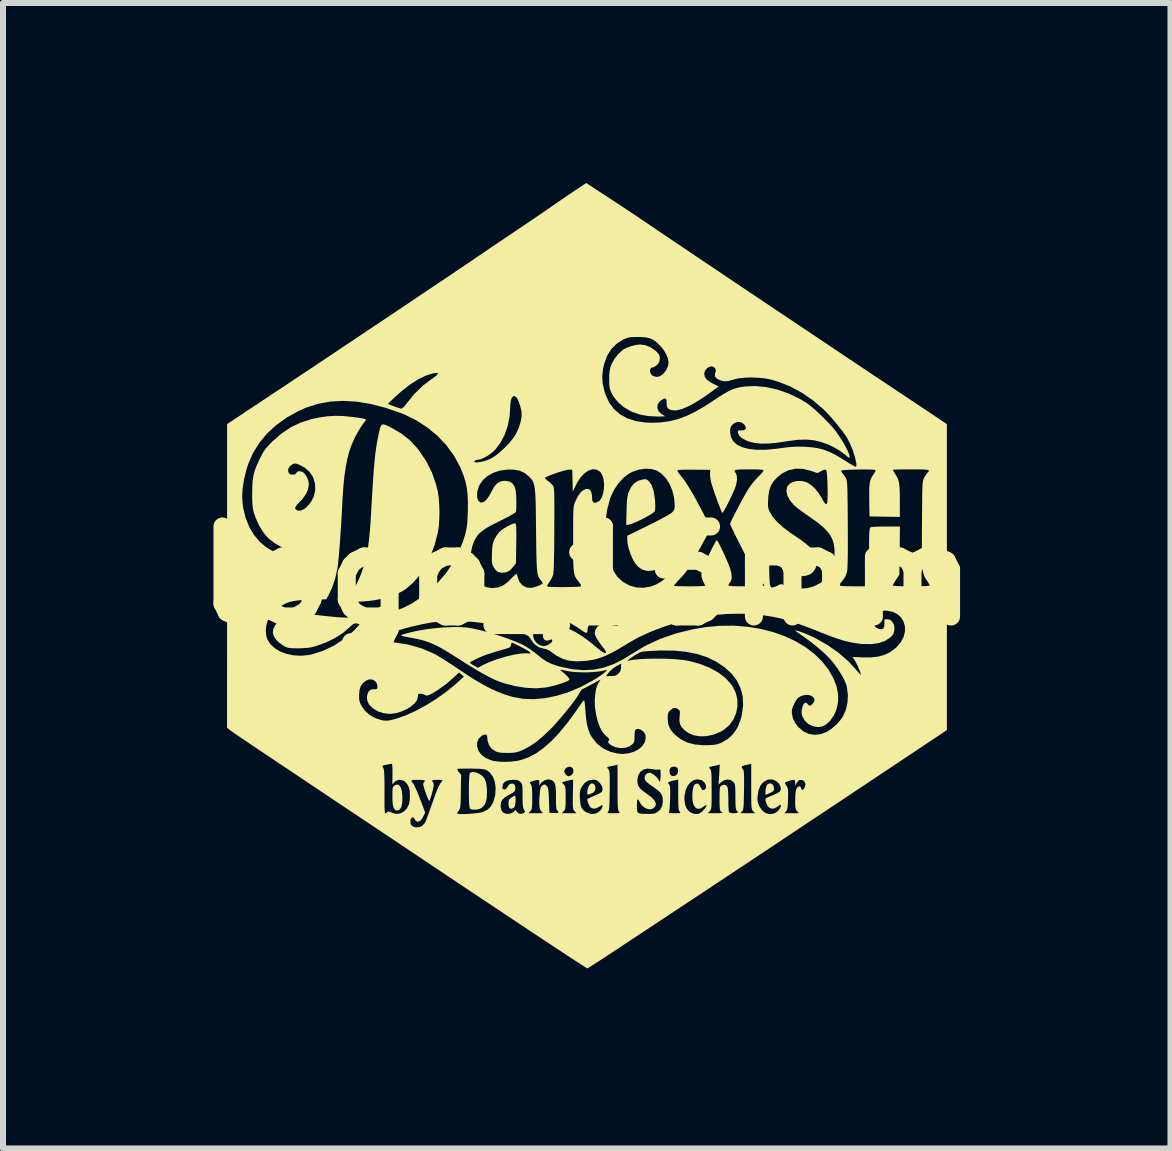
<source format=kicad_pcb>
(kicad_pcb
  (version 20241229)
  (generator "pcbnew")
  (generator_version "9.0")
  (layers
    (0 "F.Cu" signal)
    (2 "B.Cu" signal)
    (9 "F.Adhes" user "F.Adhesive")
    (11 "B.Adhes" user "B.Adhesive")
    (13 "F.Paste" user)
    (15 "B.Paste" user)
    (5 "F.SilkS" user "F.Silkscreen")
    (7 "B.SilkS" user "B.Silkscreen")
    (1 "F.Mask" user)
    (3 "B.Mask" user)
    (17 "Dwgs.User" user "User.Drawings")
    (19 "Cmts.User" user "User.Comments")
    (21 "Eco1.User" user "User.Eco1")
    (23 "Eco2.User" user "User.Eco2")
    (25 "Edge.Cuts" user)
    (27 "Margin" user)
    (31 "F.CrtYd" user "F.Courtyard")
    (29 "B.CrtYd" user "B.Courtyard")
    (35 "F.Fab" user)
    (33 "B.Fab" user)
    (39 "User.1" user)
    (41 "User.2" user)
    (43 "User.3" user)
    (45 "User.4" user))
  (footprint "logo_15mm"
    (layer "F.Cu")
    (at 6.729 6.546)
    (property "Reference" "logo_15mm" (at 0 0 0) (layer "F.SilkS") (effects (font (size 1.5 1.5) (thickness 0.3))))
    (attr board_only exclude_from_pos_files exclude_from_bom)
    (fp_poly (pts (xy 0.122 3.471) (xy 0.141 3.506) (xy 0.144 3.55) (xy 0.134 3.587) (xy 0.109 3.612) (xy 0.088 3.623) (xy 0.042 3.643) (xy 0.017 3.646) (xy 0.008 3.63) (xy 0.01 3.592) (xy 0.01 3.587) (xy 0.025 3.524) (xy 0.048 3.481) (xy 0.078 3.46) (xy 0.086 3.459)) (stroke (width 0) (type solid)) (fill yes) (layer "F.SilkS"))
    (fp_poly (pts (xy 3.092 3.472) (xy 3.115 3.508) (xy 3.122 3.552) (xy 3.116 3.578) (xy 3.092 3.599) (xy 3.056 3.619) (xy 3.016 3.636) (xy 2.988 3.648) (xy 2.981 3.65) (xy 2.977 3.636) (xy 2.977 3.603) (xy 2.979 3.577) (xy 2.99 3.513) (xy 3.012 3.475) (xy 3.045 3.46) (xy 3.057 3.459)) (stroke (width 0) (type solid)) (fill yes) (layer "F.SilkS"))
    (fp_poly (pts (xy -1.19 3.677) (xy -1.186 3.71) (xy -1.187 3.754) (xy -1.191 3.799) (xy -1.199 3.838) (xy -1.21 3.861) (xy -1.243 3.881) (xy -1.275 3.881) (xy -1.295 3.861) (xy -1.296 3.861) (xy -1.303 3.825) (xy -1.304 3.781) (xy -1.299 3.743) (xy -1.293 3.729) (xy -1.273 3.709) (xy -1.242 3.686) (xy -1.213 3.669) (xy -1.199 3.664)) (stroke (width 0) (type solid)) (fill yes) (layer "F.SilkS"))
    (fp_poly (pts (xy -3.126 3.491) (xy -3.099 3.529) (xy -3.081 3.592) (xy -3.073 3.678) (xy -3.073 3.7) (xy -3.076 3.789) (xy -3.09 3.852) (xy -3.113 3.892) (xy -3.148 3.91) (xy -3.154 3.911) (xy -3.186 3.908) (xy -3.208 3.885) (xy -3.216 3.871) (xy -3.228 3.836) (xy -3.236 3.783) (xy -3.239 3.708) (xy -3.239 3.673) (xy -3.239 3.604) (xy -3.237 3.558) (xy -3.232 3.529) (xy -3.224 3.512) (xy -3.209 3.499) (xy -3.201 3.493) (xy -3.16 3.478)) (stroke (width 0) (type solid)) (fill yes) (layer "F.SilkS"))
    (fp_poly (pts (xy -1.858 3.275) (xy -1.794 3.299) (xy -1.74 3.335) (xy -1.701 3.385) (xy -1.677 3.453) (xy -1.665 3.542) (xy -1.664 3.606) (xy -1.667 3.694) (xy -1.678 3.759) (xy -1.699 3.809) (xy -1.731 3.849) (xy -1.753 3.868) (xy -1.792 3.887) (xy -1.843 3.898) (xy -1.894 3.898) (xy -1.934 3.889) (xy -1.946 3.881) (xy -1.953 3.86) (xy -1.958 3.816) (xy -1.962 3.753) (xy -1.964 3.678) (xy -1.965 3.597) (xy -1.965 3.515) (xy -1.963 3.437) (xy -1.959 3.37) (xy -1.955 3.319) (xy -1.949 3.29) (xy -1.946 3.286) (xy -1.91 3.27)) (stroke (width 0) (type solid)) (fill yes) (layer "F.SilkS"))
    (fp_poly (pts (xy 1.007 -1.6) (xy 1.039 -1.572) (xy 1.081 -1.511) (xy 1.112 -1.423) (xy 1.132 -1.308) (xy 1.139 -1.235) (xy 1.142 -1.166) (xy 1.141 -1.118) (xy 1.135 -1.087) (xy 1.125 -1.066) (xy 1.103 -1.047) (xy 1.06 -1.019) (xy 1.002 -0.986) (xy 0.936 -0.951) (xy 0.867 -0.917) (xy 0.802 -0.887) (xy 0.747 -0.865) (xy 0.708 -0.854) (xy 0.707 -0.854) (xy 0.657 -0.846) (xy 0.663 -1.079) (xy 0.666 -1.181) (xy 0.671 -1.259) (xy 0.678 -1.319) (xy 0.688 -1.364) (xy 0.695 -1.385) (xy 0.737 -1.476) (xy 0.79 -1.541) (xy 0.856 -1.584) (xy 0.936 -1.606) (xy 0.978 -1.61)) (stroke (width 0) (type solid)) (fill yes) (layer "F.SilkS"))
    (fp_poly (pts (xy -1.193 -0.874) (xy -1.186 -0.867) (xy -1.18 -0.852) (xy -1.177 -0.825) (xy -1.175 -0.782) (xy -1.174 -0.72) (xy -1.174 -0.635) (xy -1.175 -0.538) (xy -1.18 -0.21) (xy -1.221 -0.156) (xy -1.255 -0.117) (xy -1.288 -0.086) (xy -1.298 -0.079) (xy -1.353 -0.056) (xy -1.415 -0.05) (xy -1.472 -0.06) (xy -1.484 -0.066) (xy -1.516 -0.093) (xy -1.547 -0.134) (xy -1.555 -0.149) (xy -1.569 -0.18) (xy -1.577 -0.211) (xy -1.581 -0.25) (xy -1.582 -0.304) (xy -1.58 -0.372) (xy -1.577 -0.448) (xy -1.571 -0.503) (xy -1.563 -0.546) (xy -1.549 -0.584) (xy -1.532 -0.621) (xy -1.5 -0.674) (xy -1.464 -0.722) (xy -1.438 -0.748) (xy -1.392 -0.782) (xy -1.338 -0.815) (xy -1.284 -0.844) (xy -1.237 -0.865) (xy -1.203 -0.874)) (stroke (width 0) (type solid)) (fill yes) (layer "F.SilkS"))
    (fp_poly (pts (xy -3.361 -2.517) (xy -3.308 -2.493) (xy -3.252 -2.465) (xy -3.092 -2.372) (xy -2.953 -2.263) (xy -2.831 -2.133) (xy -2.794 -2.086) (xy -2.674 -1.907) (xy -2.581 -1.723) (xy -2.513 -1.527) (xy -2.483 -1.407) (xy -2.468 -1.309) (xy -2.459 -1.192) (xy -2.455 -1.067) (xy -2.458 -0.941) (xy -2.466 -0.825) (xy -2.48 -0.728) (xy -2.482 -0.719) (xy -2.535 -0.516) (xy -2.605 -0.329) (xy -2.689 -0.159) (xy -2.786 -0.01) (xy -2.895 0.117) (xy -3.015 0.219) (xy -3.071 0.256) (xy -3.163 0.302) (xy -3.278 0.345) (xy -3.41 0.381) (xy -3.52 0.404) (xy -3.573 0.412) (xy -3.639 0.42) (xy -3.714 0.427) (xy -3.79 0.432) (xy -3.864 0.437) (xy -3.928 0.439) (xy -3.979 0.44) (xy -4.009 0.438) (xy -4.016 0.435) (xy -4.008 0.42) (xy -3.988 0.386) (xy -3.959 0.338) (xy -3.937 0.305) (xy -3.877 0.208) (xy -3.83 0.124) (xy -3.791 0.041) (xy -3.754 -0.051) (xy -3.739 -0.093) (xy -3.71 -0.181) (xy -3.685 -0.271) (xy -3.664 -0.365) (xy -3.646 -0.468) (xy -3.631 -0.583) (xy -3.617 -0.715) (xy -3.605 -0.868) (xy -3.594 -1.045) (xy -3.592 -1.092) (xy -3.58 -1.293) (xy -3.57 -1.468) (xy -3.56 -1.619) (xy -3.551 -1.751) (xy -3.541 -1.865) (xy -3.532 -1.965) (xy -3.521 -2.053) (xy -3.51 -2.134) (xy -3.498 -2.21) (xy -3.484 -2.283) (xy -3.471 -2.345) (xy -3.454 -2.426) (xy -3.439 -2.482) (xy -3.421 -2.513) (xy -3.397 -2.524)) (stroke (width 0) (type solid)) (fill yes) (layer "F.SilkS"))
    (fp_poly (pts (xy 0.292 -6.349) (xy 0.441 -6.252) (xy 0.57 -6.167) (xy 0.688 -6.088) (xy 0.801 -6.014) (xy 0.914 -5.937) (xy 1.035 -5.856) (xy 1.169 -5.765) (xy 1.213 -5.735) (xy 1.292 -5.682) (xy 1.393 -5.613) (xy 1.515 -5.531) (xy 1.655 -5.437) (xy 1.812 -5.331) (xy 1.985 -5.215) (xy 2.17 -5.091) (xy 2.367 -4.958) (xy 2.573 -4.82) (xy 2.787 -4.677) (xy 3.006 -4.53) (xy 3.229 -4.38) (xy 3.454 -4.23) (xy 3.679 -4.079) (xy 3.902 -3.93) (xy 4.122 -3.783) (xy 4.335 -3.64) (xy 4.542 -3.502) (xy 4.739 -3.37) (xy 4.925 -3.246) (xy 4.947 -3.232) (xy 6.002 -2.528) (xy 6.002 0.022) (xy 6.002 2.572) (xy 4.456 3.602) (xy 4.162 3.798) (xy 3.882 3.984) (xy 3.611 4.164) (xy 3.347 4.34) (xy 3.087 4.513) (xy 2.828 4.685) (xy 2.567 4.858) (xy 2.302 5.034) (xy 2.029 5.215) (xy 1.745 5.403) (xy 1.447 5.6) (xy 1.134 5.807) (xy 0.8 6.028) (xy 0.531 6.206) (xy 0.422 6.278) (xy 0.321 6.345) (xy 0.229 6.405) (xy 0.15 6.456) (xy 0.086 6.497) (xy 0.04 6.526) (xy 0.015 6.542) (xy 0.011 6.544) (xy -0.003 6.536) (xy -0.04 6.513) (xy -0.099 6.475) (xy -0.179 6.424) (xy -0.278 6.359) (xy -0.396 6.281) (xy -0.532 6.192) (xy -0.683 6.092) (xy -0.85 5.982) (xy -1.03 5.862) (xy -1.223 5.734) (xy -1.427 5.598) (xy -1.642 5.455) (xy -1.866 5.306) (xy -2.098 5.151) (xy -2.337 4.992) (xy -2.418 4.937) (xy -2.668 4.77) (xy -2.916 4.604) (xy -3.161 4.44) (xy -3.402 4.279) (xy -3.637 4.122) (xy -3.706 4.076) (xy -2.939 4.076) (xy -2.937 4.13) (xy -2.925 4.156) (xy -2.892 4.182) (xy -2.844 4.193) (xy -2.79 4.188) (xy -2.742 4.167) (xy -2.737 4.163) (xy -2.705 4.128) (xy -2.685 4.093) (xy -2.67 4.054) (xy -2.648 3.993) (xy -2.636 3.963) (xy -2.159 3.963) (xy -2.158 3.964) (xy -2.138 3.969) (xy -2.095 3.972) (xy -2.036 3.971) (xy -1.967 3.968) (xy -1.896 3.962) (xy -1.829 3.955) (xy -1.773 3.947) (xy -1.733 3.937) (xy -1.73 3.936) (xy -1.654 3.898) (xy -1.597 3.843) (xy -1.594 3.837) (xy -1.436 3.837) (xy -1.426 3.901) (xy -1.395 3.945) (xy -1.348 3.967) (xy -1.301 3.968) (xy -1.255 3.955) (xy -1.217 3.934) (xy -1.212 3.93) (xy -1.182 3.9) (xy -1.166 3.932) (xy -1.138 3.96) (xy -1.097 3.969) (xy -1.057 3.957) (xy -0.972 3.957) (xy -0.85 3.957) (xy -0.728 3.957) (xy -0.415 3.957) (xy -0.293 3.957) (xy -0.171 3.957) (xy -0.203 3.923) (xy -0.215 3.909) (xy -0.224 3.893) (xy -0.229 3.871) (xy -0.232 3.837) (xy -0.233 3.788) (xy -0.233 3.717) (xy -0.232 3.643) (xy -0.231 3.629) (xy -0.116 3.629) (xy -0.115 3.686) (xy -0.114 3.712) (xy -0.107 3.794) (xy -0.092 3.854) (xy -0.066 3.897) (xy -0.027 3.931) (xy 0.001 3.946) (xy 0.073 3.97) (xy 0.142 3.964) (xy 0.176 3.95) (xy 0.221 3.917) (xy 0.253 3.875) (xy 0.264 3.837) (xy 0.261 3.823) (xy 0.248 3.825) (xy 0.219 3.842) (xy 0.21 3.848) (xy 0.154 3.877) (xy 0.106 3.88) (xy 0.068 3.863) (xy 0.048 3.838) (xy 0.028 3.801) (xy 0.014 3.762) (xy 0.009 3.731) (xy 0.012 3.72) (xy 0.029 3.71) (xy 0.067 3.692) (xy 0.117 3.67) (xy 0.132 3.663) (xy 0.185 3.64) (xy 0.226 3.618) (xy 0.25 3.603) (xy 0.253 3.6) (xy 0.264 3.557) (xy 0.253 3.505) (xy 0.219 3.454) (xy 0.216 3.451) (xy 0.18 3.417) (xy 0.146 3.401) (xy 0.107 3.398) (xy 0.031 3.41) (xy -0.032 3.449) (xy -0.082 3.513) (xy -0.084 3.518) (xy -0.102 3.554) (xy -0.112 3.588) (xy -0.116 3.629) (xy -0.231 3.629) (xy -0.227 3.398) (xy -0.281 3.406) (xy -0.33 3.417) (xy -0.373 3.43) (xy -0.375 3.43) (xy -0.415 3.445) (xy -0.383 3.479) (xy -0.37 3.495) (xy -0.361 3.514) (xy -0.356 3.543) (xy -0.353 3.586) (xy -0.352 3.649) (xy -0.352 3.701) (xy -0.352 3.779) (xy -0.354 3.834) (xy -0.358 3.871) (xy -0.364 3.895) (xy -0.375 3.913) (xy -0.384 3.923) (xy -0.415 3.957) (xy -0.728 3.957) (xy -0.76 3.923) (xy -0.777 3.895) (xy -0.788 3.853) (xy -0.792 3.794) (xy -0.79 3.713) (xy -0.782 3.615) (xy -0.775 3.559) (xy -0.765 3.524) (xy -0.75 3.503) (xy -0.737 3.492) (xy -0.71 3.478) (xy -0.691 3.482) (xy -0.67 3.501) (xy -0.657 3.516) (xy -0.648 3.535) (xy -0.641 3.563) (xy -0.637 3.606) (xy -0.633 3.668) (xy -0.63 3.741) (xy -0.623 3.95) (xy -0.546 3.954) (xy -0.495 3.954) (xy -0.472 3.946) (xy -0.476 3.928) (xy -0.491 3.913) (xy -0.5 3.9) (xy -0.507 3.874) (xy -0.511 3.833) (xy -0.513 3.77) (xy -0.513 3.695) (xy -0.514 3.6) (xy -0.519 3.53) (xy -0.527 3.48) (xy -0.541 3.445) (xy -0.562 3.421) (xy -0.59 3.403) (xy -0.591 3.403) (xy -0.643 3.393) (xy -0.698 3.406) (xy -0.748 3.439) (xy -0.762 3.455) (xy -0.791 3.492) (xy -0.791 3.446) (xy -0.794 3.417) (xy -0.805 3.404) (xy -0.83 3.404) (xy -0.877 3.415) (xy -0.885 3.418) (xy -0.928 3.43) (xy -0.947 3.44) (xy -0.948 3.452) (xy -0.935 3.472) (xy -0.932 3.476) (xy -0.922 3.497) (xy -0.915 3.528) (xy -0.911 3.576) (xy -0.909 3.644) (xy -0.909 3.699) (xy -0.909 3.778) (xy -0.911 3.833) (xy -0.914 3.87) (xy -0.921 3.895) (xy -0.931 3.913) (xy -0.941 3.923) (xy -0.972 3.957) (xy -1.057 3.957) (xy -1.055 3.957) (xy -1.049 3.953) (xy -1.031 3.936) (xy -1.032 3.919) (xy -1.046 3.898) (xy -1.056 3.877) (xy -1.063 3.848) (xy -1.067 3.804) (xy -1.069 3.74) (xy -1.07 3.668) (xy -1.07 3.588) (xy -1.072 3.533) (xy -1.075 3.495) (xy -1.081 3.471) (xy -1.091 3.453) (xy -1.105 3.437) (xy -1.106 3.436) (xy -1.134 3.414) (xy -1.167 3.404) (xy -1.217 3.4) (xy -1.224 3.4) (xy -1.305 3.408) (xy -1.362 3.43) (xy -1.395 3.468) (xy -1.407 3.523) (xy -1.407 3.526) (xy -1.4 3.554) (xy -1.375 3.562) (xy -1.372 3.562) (xy -1.342 3.552) (xy -1.322 3.52) (xy -1.321 3.518) (xy -1.295 3.479) (xy -1.269 3.465) (xy -1.225 3.465) (xy -1.198 3.488) (xy -1.19 3.533) (xy -1.19 3.546) (xy -1.194 3.573) (xy -1.205 3.594) (xy -1.229 3.614) (xy -1.271 3.638) (xy -1.296 3.651) (xy -1.361 3.69) (xy -1.403 3.726) (xy -1.426 3.767) (xy -1.435 3.818) (xy -1.436 3.837) (xy -1.594 3.837) (xy -1.557 3.768) (xy -1.53 3.67) (xy -1.524 3.636) (xy -1.519 3.529) (xy -1.533 3.431) (xy -1.565 3.347) (xy -1.614 3.28) (xy -1.65 3.252) (xy -0.375 3.252) (xy -0.373 3.273) (xy -0.353 3.309) (xy -0.323 3.335) (xy -0.301 3.342) (xy -0.278 3.334) (xy -0.252 3.319) (xy -0.225 3.284) (xy -0.223 3.239) (xy -0.235 3.209) (xy -0.251 3.194) (xy 0.34 3.194) (xy 0.349 3.213) (xy 0.362 3.227) (xy 0.37 3.239) (xy 0.376 3.257) (xy 0.38 3.285) (xy 0.382 3.326) (xy 0.383 3.385) (xy 0.383 3.465) (xy 0.383 3.57) (xy 0.382 3.58) (xy 0.381 3.689) (xy 0.379 3.773) (xy 0.376 3.834) (xy 0.373 3.878) (xy 0.368 3.906) (xy 0.361 3.924) (xy 0.356 3.932) (xy 0.346 3.944) (xy 0.349 3.952) (xy 0.369 3.956) (xy 0.41 3.957) (xy 0.447 3.957) (xy 0.504 3.957) (xy 0.536 3.955) (xy 0.548 3.95) (xy 0.545 3.94) (xy 0.537 3.93) (xy 0.53 3.919) (xy 0.524 3.902) (xy 0.52 3.874) (xy 0.517 3.834) (xy 0.516 3.814) (xy 0.836 3.814) (xy 0.836 3.882) (xy 0.841 3.925) (xy 0.856 3.95) (xy 0.886 3.962) (xy 0.936 3.967) (xy 0.986 3.968) (xy 1.055 3.969) (xy 1.103 3.966) (xy 1.137 3.959) (xy 1.165 3.945) (xy 1.168 3.943) (xy 1.223 3.899) (xy 1.255 3.843) (xy 1.267 3.77) (xy 1.267 3.753) (xy 1.264 3.696) (xy 1.251 3.651) (xy 1.223 3.61) (xy 1.178 3.569) (xy 1.11 3.52) (xy 1.11 3.52) (xy 1.046 3.476) (xy 1.022 3.456) (xy 1.356 3.456) (xy 1.369 3.472) (xy 1.379 3.487) (xy 1.386 3.509) (xy 1.39 3.543) (xy 1.391 3.594) (xy 1.39 3.668) (xy 1.389 3.703) (xy 1.387 3.779) (xy 1.383 3.846) (xy 1.378 3.898) (xy 1.374 3.928) (xy 1.372 3.932) (xy 1.369 3.945) (xy 1.377 3.953) (xy 1.403 3.956) (xy 1.451 3.957) (xy 1.466 3.957) (xy 1.521 3.957) (xy 1.55 3.955) (xy 1.56 3.949) (xy 1.555 3.938) (xy 1.549 3.93) (xy 1.54 3.917) (xy 1.533 3.895) (xy 1.529 3.862) (xy 1.526 3.812) (xy 1.525 3.741) (xy 1.525 3.717) (xy 1.627 3.717) (xy 1.637 3.81) (xy 1.667 3.883) (xy 1.714 3.935) (xy 1.779 3.965) (xy 1.83 3.971) (xy 1.867 3.966) (xy 1.882 3.957) (xy 2.018 3.957) (xy 2.148 3.957) (xy 2.209 3.957) (xy 2.245 3.955) (xy 2.26 3.951) (xy 2.258 3.944) (xy 2.246 3.934) (xy 2.233 3.924) (xy 2.224 3.909) (xy 2.218 3.886) (xy 2.215 3.85) (xy 2.213 3.794) (xy 2.213 3.715) (xy 2.213 3.636) (xy 2.215 3.58) (xy 2.218 3.544) (xy 2.223 3.521) (xy 2.232 3.507) (xy 2.246 3.497) (xy 2.248 3.496) (xy 2.29 3.481) (xy 2.325 3.494) (xy 2.346 3.528) (xy 2.352 3.556) (xy 2.356 3.607) (xy 2.359 3.672) (xy 2.36 3.737) (xy 2.36 3.807) (xy 2.362 3.868) (xy 2.365 3.913) (xy 2.369 3.934) (xy 2.385 3.95) (xy 2.422 3.957) (xy 2.449 3.957) (xy 2.56 3.957) (xy 2.682 3.957) (xy 2.805 3.957) (xy 2.773 3.923) (xy 2.763 3.912) (xy 2.755 3.899) (xy 2.75 3.88) (xy 2.746 3.853) (xy 2.743 3.812) (xy 2.742 3.755) (xy 2.741 3.723) (xy 2.844 3.723) (xy 2.848 3.766) (xy 2.861 3.807) (xy 2.878 3.845) (xy 2.924 3.912) (xy 2.981 3.955) (xy 3.046 3.973) (xy 3.114 3.964) (xy 3.127 3.957) (xy 3.293 3.957) (xy 3.415 3.957) (xy 3.537 3.957) (xy 3.505 3.923) (xy 3.491 3.905) (xy 3.482 3.882) (xy 3.476 3.849) (xy 3.474 3.799) (xy 3.474 3.739) (xy 3.476 3.655) (xy 3.482 3.594) (xy 3.493 3.553) (xy 3.496 3.545) (xy 3.521 3.514) (xy 3.547 3.507) (xy 3.567 3.523) (xy 3.574 3.544) (xy 3.584 3.569) (xy 3.602 3.568) (xy 3.624 3.542) (xy 3.632 3.527) (xy 3.645 3.477) (xy 3.634 3.436) (xy 3.604 3.409) (xy 3.579 3.403) (xy 3.545 3.404) (xy 3.521 3.421) (xy 3.503 3.447) (xy 3.474 3.496) (xy 3.474 3.448) (xy 3.469 3.416) (xy 3.459 3.4) (xy 3.458 3.4) (xy 3.428 3.404) (xy 3.387 3.414) (xy 3.345 3.427) (xy 3.314 3.439) (xy 3.304 3.446) (xy 3.307 3.465) (xy 3.324 3.495) (xy 3.328 3.501) (xy 3.341 3.521) (xy 3.35 3.544) (xy 3.354 3.574) (xy 3.356 3.619) (xy 3.355 3.685) (xy 3.354 3.719) (xy 3.351 3.797) (xy 3.347 3.851) (xy 3.341 3.887) (xy 3.332 3.911) (xy 3.321 3.926) (xy 3.293 3.957) (xy 3.127 3.957) (xy 3.159 3.943) (xy 3.19 3.916) (xy 3.217 3.881) (xy 3.234 3.846) (xy 3.237 3.821) (xy 3.234 3.816) (xy 3.219 3.819) (xy 3.191 3.837) (xy 3.18 3.846) (xy 3.128 3.877) (xy 3.079 3.881) (xy 3.038 3.862) (xy 3.014 3.835) (xy 2.995 3.797) (xy 2.981 3.756) (xy 2.978 3.723) (xy 2.984 3.71) (xy 3.003 3.699) (xy 3.042 3.681) (xy 3.094 3.66) (xy 3.104 3.656) (xy 3.172 3.626) (xy 3.215 3.597) (xy 3.234 3.566) (xy 3.234 3.529) (xy 3.233 3.525) (xy 3.205 3.466) (xy 3.158 3.422) (xy 3.1 3.396) (xy 3.038 3.394) (xy 3.01 3.401) (xy 2.942 3.44) (xy 2.893 3.498) (xy 2.862 3.578) (xy 2.848 3.665) (xy 2.844 3.723) (xy 2.741 3.723) (xy 2.741 3.678) (xy 2.741 3.578) (xy 2.741 3.511) (xy 2.741 3.133) (xy 2.702 3.143) (xy 2.657 3.153) (xy 2.622 3.161) (xy 2.588 3.176) (xy 2.582 3.198) (xy 2.602 3.225) (xy 2.61 3.235) (xy 2.615 3.252) (xy 2.619 3.281) (xy 2.621 3.325) (xy 2.622 3.387) (xy 2.622 3.472) (xy 2.621 3.57) (xy 2.619 3.677) (xy 2.617 3.758) (xy 2.615 3.818) (xy 2.611 3.861) (xy 2.607 3.89) (xy 2.6 3.909) (xy 2.592 3.922) (xy 2.588 3.926) (xy 2.56 3.957) (xy 2.449 3.957) (xy 2.498 3.954) (xy 2.519 3.944) (xy 2.513 3.927) (xy 2.499 3.913) (xy 2.49 3.9) (xy 2.484 3.876) (xy 2.48 3.835) (xy 2.478 3.774) (xy 2.477 3.689) (xy 2.477 3.685) (xy 2.477 3.602) (xy 2.475 3.543) (xy 2.472 3.502) (xy 2.467 3.475) (xy 2.458 3.456) (xy 2.445 3.438) (xy 2.443 3.436) (xy 2.398 3.404) (xy 2.343 3.395) (xy 2.286 3.409) (xy 2.239 3.44) (xy 2.196 3.481) (xy 2.207 3.314) (xy 2.217 3.147) (xy 2.182 3.156) (xy 2.144 3.165) (xy 2.096 3.174) (xy 2.092 3.175) (xy 2.052 3.185) (xy 2.039 3.198) (xy 2.052 3.218) (xy 2.059 3.224) (xy 2.067 3.235) (xy 2.072 3.255) (xy 2.076 3.287) (xy 2.079 3.336) (xy 2.08 3.405) (xy 2.081 3.498) (xy 2.081 3.566) (xy 2.081 3.672) (xy 2.081 3.752) (xy 2.079 3.811) (xy 2.077 3.852) (xy 2.072 3.881) (xy 2.066 3.9) (xy 2.058 3.913) (xy 2.049 3.923) (xy 2.018 3.957) (xy 1.882 3.957) (xy 1.903 3.946) (xy 1.936 3.915) (xy 1.97 3.877) (xy 1.99 3.846) (xy 1.995 3.827) (xy 1.985 3.822) (xy 1.96 3.837) (xy 1.948 3.846) (xy 1.895 3.879) (xy 1.848 3.884) (xy 1.81 3.863) (xy 1.781 3.818) (xy 1.763 3.75) (xy 1.759 3.678) (xy 1.764 3.583) (xy 1.778 3.516) (xy 1.801 3.476) (xy 1.819 3.466) (xy 1.849 3.463) (xy 1.872 3.479) (xy 1.894 3.518) (xy 1.898 3.527) (xy 1.921 3.565) (xy 1.944 3.574) (xy 1.976 3.556) (xy 1.988 3.524) (xy 1.984 3.486) (xy 1.963 3.447) (xy 1.928 3.415) (xy 1.91 3.405) (xy 1.844 3.392) (xy 1.783 3.405) (xy 1.728 3.441) (xy 1.683 3.497) (xy 1.649 3.571) (xy 1.63 3.659) (xy 1.627 3.717) (xy 1.525 3.717) (xy 1.524 3.65) (xy 1.524 3.397) (xy 1.471 3.407) (xy 1.424 3.418) (xy 1.383 3.431) (xy 1.382 3.431) (xy 1.356 3.443) (xy 1.356 3.456) (xy 1.022 3.456) (xy 1.004 3.443) (xy 0.979 3.415) (xy 0.967 3.39) (xy 0.964 3.362) (xy 0.964 3.361) (xy 0.977 3.319) (xy 1.011 3.291) (xy 1.05 3.283) (xy 1.083 3.294) (xy 1.124 3.32) (xy 1.163 3.355) (xy 1.19 3.39) (xy 1.195 3.401) (xy 1.207 3.428) (xy 1.218 3.427) (xy 1.226 3.401) (xy 1.231 3.353) (xy 1.231 3.325) (xy 1.231 3.272) (xy 1.23 3.263) (xy 1.378 3.263) (xy 1.389 3.309) (xy 1.417 3.335) (xy 1.456 3.34) (xy 1.496 3.319) (xy 1.497 3.317) (xy 1.518 3.283) (xy 1.523 3.24) (xy 1.511 3.204) (xy 1.507 3.198) (xy 1.479 3.185) (xy 1.451 3.18) (xy 1.408 3.19) (xy 1.384 3.221) (xy 1.378 3.263) (xy 1.23 3.263) (xy 1.228 3.241) (xy 1.221 3.228) (xy 1.207 3.228) (xy 1.195 3.23) (xy 1.159 3.232) (xy 1.111 3.226) (xy 1.094 3.222) (xy 1.014 3.213) (xy 0.946 3.229) (xy 0.892 3.268) (xy 0.857 3.326) (xy 0.843 3.402) (xy 0.843 3.408) (xy 0.847 3.462) (xy 0.862 3.506) (xy 0.891 3.546) (xy 0.94 3.589) (xy 1.004 3.635) (xy 1.082 3.694) (xy 1.131 3.748) (xy 1.152 3.797) (xy 1.144 3.84) (xy 1.108 3.877) (xy 1.106 3.878) (xy 1.06 3.893) (xy 1.006 3.885) (xy 0.953 3.857) (xy 0.908 3.815) (xy 0.88 3.767) (xy 0.861 3.732) (xy 0.848 3.726) (xy 0.839 3.749) (xy 0.836 3.8) (xy 0.836 3.814) (xy 0.516 3.814) (xy 0.515 3.776) (xy 0.514 3.699) (xy 0.513 3.597) (xy 0.513 3.526) (xy 0.513 3.148) (xy 0.48 3.158) (xy 0.443 3.166) (xy 0.397 3.175) (xy 0.392 3.176) (xy 0.353 3.184) (xy 0.34 3.194) (xy -0.251 3.194) (xy -0.261 3.186) (xy -0.296 3.182) (xy -0.332 3.195) (xy -0.361 3.219) (xy -0.375 3.252) (xy -1.65 3.252) (xy -1.656 3.247) (xy -1.68 3.235) (xy -1.707 3.227) (xy -1.744 3.221) (xy -1.795 3.217) (xy -1.867 3.215) (xy -1.926 3.214) (xy -2.003 3.213) (xy -2.07 3.214) (xy -2.122 3.215) (xy -2.152 3.217) (xy -2.157 3.219) (xy -2.157 3.233) (xy -2.14 3.261) (xy -2.132 3.272) (xy -2.094 3.317) (xy -2.099 3.599) (xy -2.1 3.697) (xy -2.102 3.77) (xy -2.105 3.823) (xy -2.109 3.859) (xy -2.115 3.883) (xy -2.123 3.9) (xy -2.133 3.914) (xy -2.136 3.917) (xy -2.156 3.944) (xy -2.159 3.963) (xy -2.636 3.963) (xy -2.62 3.916) (xy -2.589 3.83) (xy -2.557 3.741) (xy -2.526 3.654) (xy -2.52 3.636) (xy -2.495 3.572) (xy -2.47 3.515) (xy -2.447 3.472) (xy -2.438 3.458) (xy -2.415 3.429) (xy -2.404 3.411) (xy -2.404 3.409) (xy -2.417 3.405) (xy -2.452 3.401) (xy -2.492 3.4) (xy -2.546 3.403) (xy -2.575 3.412) (xy -2.578 3.426) (xy -2.565 3.437) (xy -2.554 3.457) (xy -2.55 3.485) (xy -2.554 3.516) (xy -2.564 3.562) (xy -2.577 3.615) (xy -2.592 3.668) (xy -2.607 3.714) (xy -2.619 3.744) (xy -2.626 3.752) (xy -2.635 3.739) (xy -2.65 3.706) (xy -2.669 3.658) (xy -2.688 3.605) (xy -2.706 3.552) (xy -2.72 3.507) (xy -2.726 3.477) (xy -2.726 3.474) (xy -2.719 3.446) (xy -2.711 3.437) (xy -2.697 3.418) (xy -2.697 3.414) (xy -2.71 3.408) (xy -2.744 3.403) (xy -2.79 3.401) (xy -2.839 3.401) (xy -2.883 3.402) (xy -2.914 3.407) (xy -2.922 3.41) (xy -2.92 3.426) (xy -2.901 3.453) (xy -2.897 3.458) (xy -2.88 3.484) (xy -2.856 3.533) (xy -2.827 3.597) (xy -2.796 3.672) (xy -2.778 3.72) (xy -2.693 3.945) (xy -2.719 4.002) (xy -2.752 4.059) (xy -2.788 4.092) (xy -2.822 4.099) (xy -2.853 4.08) (xy -2.87 4.053) (xy -2.891 4.027) (xy -2.913 4.028) (xy -2.932 4.054) (xy -2.939 4.076) (xy -3.706 4.076) (xy -3.864 3.97) (xy -4.083 3.825) (xy -4.29 3.686) (xy -4.486 3.555) (xy -4.667 3.434) (xy -4.834 3.322) (xy -4.983 3.222) (xy -5.057 3.173) (xy -3.406 3.173) (xy -3.4 3.188) (xy -3.393 3.199) (xy -3.386 3.214) (xy -3.381 3.237) (xy -3.377 3.273) (xy -3.374 3.324) (xy -3.372 3.394) (xy -3.371 3.486) (xy -3.371 3.604) (xy -3.371 3.718) (xy -3.371 3.805) (xy -3.37 3.87) (xy -3.368 3.914) (xy -3.365 3.942) (xy -3.361 3.956) (xy -3.355 3.96) (xy -3.348 3.956) (xy -3.344 3.952) (xy -3.318 3.933) (xy -3.303 3.928) (xy -3.28 3.934) (xy -3.246 3.949) (xy -3.24 3.952) (xy -3.175 3.969) (xy -3.109 3.961) (xy -3.049 3.93) (xy -2.999 3.879) (xy -2.965 3.811) (xy -2.962 3.801) (xy -2.95 3.735) (xy -2.947 3.658) (xy -2.951 3.584) (xy -2.963 3.531) (xy -2.995 3.467) (xy -3.039 3.423) (xy -3.091 3.401) (xy -3.144 3.402) (xy -3.194 3.428) (xy -3.204 3.437) (xy -3.241 3.474) (xy -3.238 3.302) (xy -3.238 3.235) (xy -3.24 3.18) (xy -3.244 3.144) (xy -3.248 3.132) (xy -3.27 3.136) (xy -3.307 3.143) (xy -3.312 3.144) (xy -3.366 3.154) (xy -3.396 3.163) (xy -3.406 3.173) (xy -5.057 3.173) (xy -5.115 3.135) (xy -5.226 3.06) (xy -5.316 3) (xy -5.379 2.958) (xy -5.494 2.881) (xy -5.546 2.846) (xy -1.828 2.846) (xy -1.803 2.921) (xy -1.753 2.986) (xy -1.68 3.039) (xy -1.587 3.077) (xy -1.554 3.085) (xy -1.471 3.097) (xy -1.371 3.101) (xy -1.266 3.097) (xy -1.166 3.085) (xy -1.099 3.071) (xy -0.973 3.027) (xy -0.846 2.96) (xy -0.72 2.87) (xy -0.591 2.757) (xy -0.46 2.618) (xy -0.324 2.453) (xy -0.184 2.262) (xy -0.118 2.166) (xy -0.087 2.121) (xy -0.061 2.089) (xy -0.045 2.075) (xy -0.043 2.075) (xy -0.038 2.091) (xy -0.033 2.13) (xy -0.027 2.186) (xy -0.023 2.246) (xy -0.012 2.375) (xy 0.004 2.48) (xy 0.027 2.567) (xy 0.057 2.641) (xy 0.087 2.693) (xy 0.169 2.796) (xy 0.269 2.875) (xy 0.386 2.931) (xy 0.501 2.961) (xy 0.604 2.969) (xy 0.702 2.958) (xy 0.791 2.931) (xy 0.868 2.89) (xy 0.928 2.836) (xy 0.967 2.773) (xy 0.982 2.701) (xy 0.982 2.699) (xy 0.977 2.65) (xy 0.957 2.612) (xy 0.939 2.593) (xy 0.896 2.562) (xy 0.853 2.551) (xy 0.817 2.561) (xy 0.809 2.569) (xy 0.801 2.593) (xy 0.797 2.636) (xy 0.796 2.677) (xy 0.795 2.733) (xy 0.788 2.77) (xy 0.772 2.797) (xy 0.769 2.8) (xy 0.714 2.842) (xy 0.643 2.866) (xy 0.564 2.872) (xy 0.485 2.859) (xy 0.414 2.829) (xy 0.385 2.808) (xy 0.36 2.783) (xy 0.355 2.765) (xy 0.366 2.749) (xy 0.375 2.733) (xy 0.371 2.716) (xy 0.349 2.693) (xy 0.319 2.667) (xy 0.265 2.607) (xy 0.22 2.527) (xy 0.183 2.425) (xy 0.155 2.312) (xy 0.138 2.2) (xy 0.133 2.087) (xy 0.14 1.98) (xy 0.156 1.885) (xy 0.183 1.807) (xy 0.204 1.772) (xy 0.223 1.744) (xy 0.231 1.73) (xy 0.231 1.729) (xy 0.217 1.736) (xy 0.182 1.754) (xy 0.133 1.781) (xy 0.08 1.81) (xy 0.021 1.842) (xy -0.029 1.868) (xy -0.063 1.885) (xy -0.077 1.891) (xy -0.089 1.903) (xy -0.108 1.932) (xy -0.116 1.946) (xy -0.146 1.996) (xy -0.192 2.064) (xy -0.251 2.143) (xy -0.32 2.23) (xy -0.393 2.319) (xy -0.468 2.407) (xy -0.54 2.488) (xy -0.607 2.558) (xy -0.615 2.566) (xy -0.732 2.677) (xy -0.84 2.767) (xy -0.944 2.838) (xy -1.048 2.894) (xy -1.085 2.911) (xy -1.137 2.931) (xy -1.184 2.944) (xy -1.236 2.95) (xy -1.306 2.952) (xy -1.319 2.952) (xy -1.397 2.951) (xy -1.454 2.946) (xy -1.499 2.934) (xy -1.522 2.925) (xy -1.584 2.882) (xy -1.63 2.819) (xy -1.654 2.746) (xy -1.656 2.713) (xy -1.662 2.666) (xy -1.68 2.644) (xy -1.713 2.648) (xy -1.749 2.666) (xy -1.8 2.713) (xy -1.827 2.775) (xy -1.828 2.846) (xy -5.546 2.846) (xy -5.602 2.808) (xy -5.7 2.742) (xy -5.787 2.683) (xy -5.859 2.633) (xy -5.915 2.595) (xy -5.95 2.57) (xy -5.962 2.561) (xy -5.995 2.53) (xy -5.995 2.031) (xy -3.795 2.031) (xy -3.79 2.077) (xy -3.777 2.12) (xy -3.758 2.161) (xy -3.701 2.245) (xy -3.622 2.317) (xy -3.526 2.372) (xy -3.434 2.402) (xy -3.382 2.413) (xy -3.336 2.415) (xy -3.286 2.41) (xy -3.224 2.395) (xy -3.173 2.381) (xy -3.02 2.328) (xy -2.855 2.253) (xy -2.685 2.162) (xy -2.516 2.057) (xy -2.353 1.942) (xy -2.202 1.82) (xy -2.149 1.773) (xy -2.048 1.68) (xy -2.088 1.645) (xy -2.128 1.611) (xy -2.211 1.689) (xy -2.336 1.798) (xy -2.463 1.891) (xy -2.566 1.955) (xy -2.616 1.981) (xy -2.648 1.994) (xy -2.671 1.996) (xy -2.691 1.989) (xy -2.697 1.986) (xy -2.74 1.97) (xy -2.774 1.965) (xy -2.801 1.967) (xy -2.812 1.983) (xy -2.814 2.015) (xy -2.828 2.069) (xy -2.866 2.123) (xy -2.924 2.175) (xy -2.997 2.221) (xy -3.081 2.259) (xy -3.17 2.287) (xy -3.261 2.3) (xy -3.291 2.301) (xy -3.387 2.29) (xy -3.479 2.26) (xy -3.559 2.213) (xy -3.621 2.154) (xy -3.631 2.141) (xy -3.656 2.087) (xy -3.664 2.029) (xy -3.656 1.974) (xy -3.635 1.929) (xy -3.602 1.899) (xy -3.563 1.891) (xy -3.519 1.892) (xy -3.497 1.885) (xy -3.489 1.864) (xy -3.488 1.842) (xy -3.501 1.789) (xy -3.534 1.75) (xy -3.58 1.728) (xy -3.632 1.728) (xy -3.679 1.748) (xy -3.733 1.791) (xy -3.767 1.839) (xy -3.786 1.898) (xy -3.794 1.97) (xy -3.795 2.031) (xy -5.995 2.031) (xy -5.994 0.001) (xy -5.994 -1.325) (xy -5.743 -1.325) (xy -5.735 -1.195) (xy -5.724 -1.121) (xy -5.683 -0.958) (xy -5.623 -0.81) (xy -5.545 -0.68) (xy -5.451 -0.568) (xy -5.344 -0.476) (xy -5.225 -0.407) (xy -5.096 -0.361) (xy -4.96 -0.342) (xy -4.829 -0.348) (xy -4.766 -0.357) (xy -4.728 -0.366) (xy -4.71 -0.375) (xy -4.706 -0.388) (xy -4.71 -0.403) (xy -4.721 -0.416) (xy -4.745 -0.42) (xy -4.789 -0.417) (xy -4.798 -0.416) (xy -4.89 -0.418) (xy -4.992 -0.441) (xy -5.097 -0.484) (xy -5.199 -0.542) (xy -5.292 -0.613) (xy -5.34 -0.66) (xy -5.405 -0.744) (xy -5.466 -0.849) (xy -5.519 -0.967) (xy -5.549 -1.055) (xy -5.56 -1.101) (xy -5.569 -1.151) (xy -5.573 -1.21) (xy -5.576 -1.287) (xy -5.576 -1.378) (xy -5.574 -1.493) (xy -5.568 -1.587) (xy -5.556 -1.668) (xy -5.538 -1.735) (xy -4.976 -1.735) (xy -4.972 -1.724) (xy -4.953 -1.697) (xy -4.924 -1.686) (xy -4.902 -1.686) (xy -4.863 -1.69) (xy -4.844 -1.705) (xy -4.841 -1.715) (xy -4.822 -1.737) (xy -4.787 -1.744) (xy -4.745 -1.734) (xy -4.723 -1.721) (xy -4.684 -1.68) (xy -4.653 -1.621) (xy -4.634 -1.555) (xy -4.632 -1.521) (xy -4.645 -1.443) (xy -4.681 -1.361) (xy -4.736 -1.282) (xy -4.77 -1.246) (xy -4.82 -1.195) (xy -4.849 -1.159) (xy -4.86 -1.132) (xy -4.854 -1.111) (xy -4.851 -1.106) (xy -4.816 -1.085) (xy -4.769 -1.086) (xy -4.715 -1.109) (xy -4.668 -1.145) (xy -4.596 -1.23) (xy -4.548 -1.326) (xy -4.525 -1.429) (xy -4.529 -1.534) (xy -4.559 -1.637) (xy -4.565 -1.65) (xy -4.621 -1.732) (xy -4.699 -1.802) (xy -4.794 -1.852) (xy -4.8 -1.855) (xy -4.843 -1.869) (xy -4.873 -1.87) (xy -4.903 -1.86) (xy -4.904 -1.859) (xy -4.95 -1.825) (xy -4.976 -1.782) (xy -4.976 -1.735) (xy -5.538 -1.735) (xy -5.536 -1.745) (xy -5.506 -1.825) (xy -5.465 -1.918) (xy -5.45 -1.949) (xy -5.414 -2.019) (xy -5.383 -2.074) (xy -5.348 -2.122) (xy -5.304 -2.173) (xy -5.245 -2.233) (xy -5.242 -2.236) (xy -5.093 -2.367) (xy -4.936 -2.473) (xy -4.766 -2.554) (xy -4.58 -2.613) (xy -4.456 -2.639) (xy -4.322 -2.658) (xy -4.192 -2.666) (xy -4.056 -2.662) (xy -3.903 -2.647) (xy -3.898 -2.647) (xy -3.805 -2.634) (xy -3.739 -2.623) (xy -3.698 -2.613) (xy -3.68 -2.604) (xy -3.679 -2.6) (xy -3.687 -2.587) (xy -3.709 -2.557) (xy -3.738 -2.518) (xy -3.77 -2.471) (xy -3.809 -2.407) (xy -3.848 -2.336) (xy -3.87 -2.294) (xy -3.917 -2.188) (xy -3.957 -2.074) (xy -3.99 -1.95) (xy -4.017 -1.811) (xy -4.04 -1.655) (xy -4.057 -1.477) (xy -4.071 -1.275) (xy -4.074 -1.209) (xy -4.083 -1.036) (xy -4.093 -0.866) (xy -4.104 -0.704) (xy -4.114 -0.553) (xy -4.125 -0.417) (xy -4.135 -0.299) (xy -4.145 -0.202) (xy -4.154 -0.131) (xy -4.155 -0.125) (xy -4.192 0.043) (xy -4.245 0.201) (xy -4.295 0.306) (xy -4.341 0.392) (xy -4.6 0.4) (xy -4.72 0.404) (xy -4.816 0.411) (xy -4.893 0.422) (xy -4.957 0.438) (xy -5.013 0.459) (xy -5.067 0.487) (xy -5.088 0.5) (xy -5.159 0.554) (xy -5.226 0.62) (xy -5.283 0.69) (xy -5.321 0.756) (xy -5.342 0.83) (xy -5.349 0.915) (xy -5.342 0.997) (xy -5.327 1.052) (xy -5.278 1.134) (xy -5.205 1.204) (xy -5.113 1.26) (xy -5.006 1.301) (xy -4.888 1.326) (xy -4.763 1.333) (xy -4.634 1.321) (xy -4.588 1.311) (xy -4.402 1.253) (xy -4.222 1.169) (xy -4.122 1.104) (xy -3.62 1.104) (xy -3.606 1.105) (xy -3.569 1.105) (xy -3.514 1.104) (xy -3.446 1.102) (xy -3.441 1.102) (xy -3.207 1.11) (xy -2.978 1.146) (xy -2.756 1.209) (xy -2.55 1.296) (xy -2.499 1.325) (xy -2.43 1.366) (xy -2.349 1.416) (xy -2.262 1.472) (xy -2.176 1.53) (xy -2.169 1.535) (xy -2.003 1.646) (xy -1.855 1.74) (xy -1.721 1.818) (xy -1.597 1.883) (xy -1.478 1.936) (xy -1.361 1.98) (xy -1.241 2.017) (xy -1.238 2.018) (xy -1.069 2.05) (xy -0.888 2.057) (xy -0.697 2.04) (xy -0.501 2) (xy -0.3 1.938) (xy -0.099 1.853) (xy 0.1 1.746) (xy 0.177 1.699) (xy 0.218 1.671) (xy 0.319 1.671) (xy 0.402 1.671) (xy 0.454 1.669) (xy 0.488 1.66) (xy 0.516 1.64) (xy 0.529 1.628) (xy 0.56 1.588) (xy 0.571 1.544) (xy 0.572 1.524) (xy 0.572 1.464) (xy 0.496 1.505) (xy 0.442 1.541) (xy 0.391 1.585) (xy 0.37 1.609) (xy 0.319 1.671) (xy 0.218 1.671) (xy 0.231 1.663) (xy 0.277 1.629) (xy 0.31 1.602) (xy 0.316 1.596) (xy 0.335 1.574) (xy 0.334 1.568) (xy 0.315 1.573) (xy 0.226 1.592) (xy 0.117 1.604) (xy -0.002 1.61) (xy -0.123 1.608) (xy -0.236 1.601) (xy -0.334 1.586) (xy -0.363 1.579) (xy -0.405 1.569) (xy -0.433 1.566) (xy -0.44 1.569) (xy -0.429 1.584) (xy -0.426 1.585) (xy -0.409 1.597) (xy -0.378 1.624) (xy -0.345 1.654) (xy -0.308 1.692) (xy -0.291 1.717) (xy -0.291 1.734) (xy -0.294 1.737) (xy -0.317 1.753) (xy -0.363 1.773) (xy -0.425 1.795) (xy -0.496 1.817) (xy -0.57 1.837) (xy -0.64 1.854) (xy -0.689 1.863) (xy -0.845 1.875) (xy -1.014 1.867) (xy -1.192 1.839) (xy -1.372 1.793) (xy -1.448 1.767) (xy -1.541 1.729) (xy -1.655 1.672) (xy -1.789 1.598) (xy -1.94 1.507) (xy -2.034 1.448) (xy -1.949 1.448) (xy -1.938 1.46) (xy -1.908 1.481) (xy -1.882 1.496) (xy -1.815 1.534) (xy -1.724 1.485) (xy -1.671 1.46) (xy -1.6 1.43) (xy -1.523 1.401) (xy -1.48 1.386) (xy -1.342 1.345) (xy -1.217 1.315) (xy -1.109 1.297) (xy -1.021 1.291) (xy -1.005 1.292) (xy -0.96 1.294) (xy -0.94 1.292) (xy -0.938 1.284) (xy -0.948 1.272) (xy -0.968 1.257) (xy -1.007 1.234) (xy -1.058 1.206) (xy -1.114 1.176) (xy -1.168 1.149) (xy -1.213 1.127) (xy -1.242 1.115) (xy -1.249 1.114) (xy -1.257 1.127) (xy -1.263 1.154) (xy -1.269 1.176) (xy -1.283 1.192) (xy -1.314 1.206) (xy -1.363 1.221) (xy -1.484 1.255) (xy -1.581 1.285) (xy -1.661 1.311) (xy -1.729 1.336) (xy -1.789 1.362) (xy -1.828 1.38) (xy -1.881 1.406) (xy -1.923 1.428) (xy -1.946 1.444) (xy -1.949 1.448) (xy -2.034 1.448) (xy -2.109 1.4) (xy -2.11 1.4) (xy -2.242 1.316) (xy -2.354 1.247) (xy -2.452 1.191) (xy -2.54 1.146) (xy -2.624 1.111) (xy -2.706 1.083) (xy -2.793 1.06) (xy -2.889 1.04) (xy -2.979 1.024) (xy -3.032 1.014) (xy -3.072 1.004) (xy -3.092 0.996) (xy -3.093 0.994) (xy -3.08 0.984) (xy -3.048 0.972) (xy -3.03 0.967) (xy -2.977 0.953) (xy -2.925 0.94) (xy -2.917 0.937) (xy -2.8 0.912) (xy -2.667 0.89) (xy -2.524 0.873) (xy -2.379 0.861) (xy -2.239 0.855) (xy -2.113 0.855) (xy -2.006 0.862) (xy -1.998 0.863) (xy -1.889 0.881) (xy -1.761 0.91) (xy -1.621 0.948) (xy -1.476 0.992) (xy -1.334 1.04) (xy -1.201 1.091) (xy -1.084 1.141) (xy -1.065 1.151) (xy -1.005 1.185) (xy -0.935 1.231) (xy -0.866 1.281) (xy -0.836 1.306) (xy -0.748 1.376) (xy -0.67 1.428) (xy -0.59 1.467) (xy -0.5 1.499) (xy -0.432 1.517) (xy -0.239 1.557) (xy -0.059 1.573) (xy 0.113 1.565) (xy 0.279 1.532) (xy 0.444 1.474) (xy 0.561 1.415) (xy 0.678 1.415) (xy 0.682 1.416) (xy 0.761 1.402) (xy 0.864 1.391) (xy 0.983 1.384) (xy 1.113 1.381) (xy 1.248 1.381) (xy 1.38 1.385) (xy 1.505 1.393) (xy 1.616 1.405) (xy 1.703 1.419) (xy 1.885 1.468) (xy 2.048 1.533) (xy 2.19 1.611) (xy 2.31 1.702) (xy 2.404 1.805) (xy 2.431 1.844) (xy 2.484 1.951) (xy 2.51 2.065) (xy 2.511 2.179) (xy 2.489 2.291) (xy 2.443 2.396) (xy 2.375 2.489) (xy 2.286 2.566) (xy 2.233 2.598) (xy 2.117 2.646) (xy 1.999 2.672) (xy 1.885 2.676) (xy 1.779 2.657) (xy 1.685 2.615) (xy 1.622 2.568) (xy 1.578 2.519) (xy 1.553 2.47) (xy 1.544 2.413) (xy 1.547 2.346) (xy 1.552 2.293) (xy 1.551 2.26) (xy 1.543 2.241) (xy 1.527 2.226) (xy 1.523 2.223) (xy 1.479 2.201) (xy 1.438 2.206) (xy 1.395 2.238) (xy 1.391 2.241) (xy 1.367 2.269) (xy 1.354 2.296) (xy 1.349 2.334) (xy 1.349 2.377) (xy 1.358 2.472) (xy 1.389 2.551) (xy 1.444 2.623) (xy 1.469 2.648) (xy 1.568 2.725) (xy 1.677 2.779) (xy 1.798 2.811) (xy 1.936 2.824) (xy 2.001 2.824) (xy 2.078 2.821) (xy 2.135 2.815) (xy 2.18 2.806) (xy 2.222 2.791) (xy 2.246 2.781) (xy 2.354 2.717) (xy 2.443 2.633) (xy 2.513 2.527) (xy 2.564 2.399) (xy 2.586 2.312) (xy 2.606 2.155) (xy 2.598 2.008) (xy 2.563 1.871) (xy 2.501 1.745) (xy 2.412 1.629) (xy 2.294 1.523) (xy 2.157 1.431) (xy 2.01 1.359) (xy 1.843 1.304) (xy 1.657 1.267) (xy 1.451 1.247) (xy 1.222 1.245) (xy 1.013 1.256) (xy 0.955 1.261) (xy 0.912 1.269) (xy 0.874 1.282) (xy 0.832 1.305) (xy 0.777 1.341) (xy 0.772 1.344) (xy 0.725 1.377) (xy 0.692 1.401) (xy 0.678 1.415) (xy 0.561 1.415) (xy 0.612 1.389) (xy 0.748 1.304) (xy 0.976 1.167) (xy 1.219 1.054) (xy 1.479 0.963) (xy 1.756 0.894) (xy 1.978 0.856) (xy 2.214 0.834) (xy 2.447 0.831) (xy 2.674 0.849) (xy 2.893 0.884) (xy 3.102 0.937) (xy 3.299 1.007) (xy 3.482 1.092) (xy 3.649 1.192) (xy 3.798 1.306) (xy 3.927 1.433) (xy 4.034 1.571) (xy 4.117 1.721) (xy 4.163 1.844) (xy 4.188 1.969) (xy 4.189 2.094) (xy 4.166 2.213) (xy 4.122 2.321) (xy 4.057 2.414) (xy 4.048 2.423) (xy 3.989 2.477) (xy 3.934 2.508) (xy 3.874 2.52) (xy 3.852 2.521) (xy 3.767 2.507) (xy 3.692 2.47) (xy 3.632 2.413) (xy 3.593 2.341) (xy 3.581 2.297) (xy 3.581 2.242) (xy 3.594 2.185) (xy 3.616 2.138) (xy 3.63 2.123) (xy 3.65 2.113) (xy 3.669 2.124) (xy 3.679 2.137) (xy 3.704 2.162) (xy 3.725 2.166) (xy 3.752 2.147) (xy 3.762 2.137) (xy 3.791 2.097) (xy 3.795 2.059) (xy 3.778 2.026) (xy 3.744 2.001) (xy 3.697 1.986) (xy 3.641 1.986) (xy 3.58 2.002) (xy 3.573 2.005) (xy 3.535 2.024) (xy 3.508 2.048) (xy 3.483 2.085) (xy 3.459 2.131) (xy 3.433 2.187) (xy 3.42 2.228) (xy 3.417 2.267) (xy 3.42 2.3) (xy 3.435 2.375) (xy 3.466 2.442) (xy 3.517 2.511) (xy 3.529 2.524) (xy 3.609 2.592) (xy 3.7 2.635) (xy 3.798 2.651) (xy 3.899 2.64) (xy 4 2.601) (xy 4.002 2.6) (xy 4.08 2.549) (xy 4.158 2.481) (xy 4.226 2.406) (xy 4.269 2.345) (xy 4.317 2.236) (xy 4.345 2.114) (xy 4.352 1.985) (xy 4.336 1.86) (xy 4.324 1.813) (xy 4.292 1.735) (xy 4.243 1.644) (xy 4.181 1.548) (xy 4.111 1.452) (xy 4.069 1.402) (xy 4.004 1.333) (xy 3.92 1.255) (xy 3.825 1.174) (xy 3.725 1.095) (xy 3.627 1.023) (xy 3.598 1.003) (xy 3.547 0.968) (xy 3.507 0.939) (xy 3.483 0.92) (xy 3.479 0.914) (xy 3.497 0.914) (xy 3.536 0.924) (xy 3.591 0.944) (xy 3.656 0.969) (xy 3.726 1) (xy 3.796 1.032) (xy 3.811 1.04) (xy 4.014 1.155) (xy 4.198 1.284) (xy 4.359 1.425) (xy 4.469 1.543) (xy 4.509 1.59) (xy 4.542 1.626) (xy 4.563 1.647) (xy 4.569 1.65) (xy 4.567 1.634) (xy 4.555 1.599) (xy 4.536 1.552) (xy 4.514 1.5) (xy 4.49 1.452) (xy 4.468 1.413) (xy 4.464 1.406) (xy 4.429 1.353) (xy 4.6 1.36) (xy 4.742 1.36) (xy 4.863 1.346) (xy 4.967 1.316) (xy 5.06 1.27) (xy 5.146 1.205) (xy 5.166 1.186) (xy 5.236 1.104) (xy 5.282 1.018) (xy 5.303 0.93) (xy 5.303 0.845) (xy 5.281 0.766) (xy 5.239 0.696) (xy 5.178 0.64) (xy 5.099 0.601) (xy 5.004 0.582) (xy 4.976 0.58) (xy 4.901 0.587) (xy 4.846 0.609) (xy 4.807 0.651) (xy 4.783 0.699) (xy 4.769 0.741) (xy 4.766 0.769) (xy 4.774 0.795) (xy 4.786 0.819) (xy 4.823 0.865) (xy 4.864 0.885) (xy 4.912 0.892) (xy 4.943 0.879) (xy 4.958 0.842) (xy 4.961 0.797) (xy 4.961 0.726) (xy 5.012 0.726) (xy 5.05 0.731) (xy 5.078 0.751) (xy 5.098 0.777) (xy 5.12 0.817) (xy 5.127 0.857) (xy 5.126 0.901) (xy 5.118 0.948) (xy 5.102 0.982) (xy 5.071 1.016) (xy 5.058 1.028) (xy 4.973 1.084) (xy 4.868 1.121) (xy 4.743 1.139) (xy 4.601 1.138) (xy 4.527 1.13) (xy 4.441 1.117) (xy 4.359 1.1) (xy 4.276 1.079) (xy 4.184 1.05) (xy 4.081 1.014) (xy 3.959 0.967) (xy 3.869 0.931) (xy 3.704 0.866) (xy 3.56 0.812) (xy 3.431 0.768) (xy 3.313 0.732) (xy 3.199 0.704) (xy 3.085 0.681) (xy 2.965 0.662) (xy 2.833 0.646) (xy 2.815 0.644) (xy 2.675 0.634) (xy 2.515 0.632) (xy 2.343 0.637) (xy 2.168 0.65) (xy 1.997 0.668) (xy 1.84 0.693) (xy 1.817 0.697) (xy 1.762 0.709) (xy 1.686 0.729) (xy 1.597 0.754) (xy 1.502 0.781) (xy 1.408 0.81) (xy 1.322 0.837) (xy 1.268 0.856) (xy 1.062 0.934) (xy 0.875 1.02) (xy 0.698 1.118) (xy 0.645 1.151) (xy 0.515 1.229) (xy 0.402 1.291) (xy 0.3 1.339) (xy 0.204 1.374) (xy 0.108 1.399) (xy 0.008 1.415) (xy -0.036 1.42) (xy -0.176 1.426) (xy -0.299 1.414) (xy -0.409 1.381) (xy -0.512 1.327) (xy -0.572 1.284) (xy -0.628 1.244) (xy -0.678 1.222) (xy -0.722 1.213) (xy -0.801 1.19) (xy -0.869 1.143) (xy -0.921 1.076) (xy -0.922 1.073) (xy -0.948 1.033) (xy -0.971 1.009) (xy -0.894 1.009) (xy -0.875 1.07) (xy -0.833 1.123) (xy -0.791 1.151) (xy -0.752 1.166) (xy -0.719 1.173) (xy -0.679 1.165) (xy -0.634 1.145) (xy -0.597 1.12) (xy -0.578 1.096) (xy -0.574 1.066) (xy -0.589 1.059) (xy -0.613 1.069) (xy -0.662 1.082) (xy -0.701 1.07) (xy -0.726 1.035) (xy -0.733 0.992) (xy -0.722 0.935) (xy -0.688 0.892) (xy -0.628 0.858) (xy -0.623 0.857) (xy -0.532 0.838) (xy -0.43 0.845) (xy -0.316 0.877) (xy -0.192 0.936) (xy -0.058 1.019) (xy 0.085 1.127) (xy 0.154 1.185) (xy 0.222 1.242) (xy 0.273 1.276) (xy 0.306 1.289) (xy 0.322 1.28) (xy 0.322 1.273) (xy 0.314 1.253) (xy 0.291 1.22) (xy 0.273 1.196) (xy 0.222 1.129) (xy 0.18 1.065) (xy 0.149 1.009) (xy 0.133 0.967) (xy 0.132 0.956) (xy 0.145 0.897) (xy 0.181 0.845) (xy 0.232 0.807) (xy 0.292 0.792) (xy 0.298 0.791) (xy 0.334 0.796) (xy 0.381 0.809) (xy 0.396 0.813) (xy 0.449 0.829) (xy 0.493 0.835) (xy 0.521 0.831) (xy 0.528 0.823) (xy 0.519 0.804) (xy 0.499 0.774) (xy 0.496 0.77) (xy 0.441 0.722) (xy 0.37 0.69) (xy 0.29 0.675) (xy 0.209 0.679) (xy 0.137 0.702) (xy 0.132 0.705) (xy 0.081 0.746) (xy 0.041 0.802) (xy 0.018 0.862) (xy 0.014 0.889) (xy 0.011 0.93) (xy -0.000191 0.95) (xy -0.023 0.948) (xy -0.062 0.925) (xy -0.096 0.901) (xy -0.155 0.86) (xy -0.225 0.817) (xy -0.292 0.78) (xy -0.292 0.78) (xy -0.348 0.754) (xy -0.391 0.737) (xy -0.433 0.729) (xy -0.486 0.726) (xy -0.534 0.726) (xy -0.601 0.726) (xy -0.648 0.731) (xy -0.686 0.74) (xy -0.725 0.757) (xy -0.747 0.769) (xy -0.816 0.819) (xy -0.864 0.879) (xy -0.89 0.944) (xy -0.894 1.009) (xy -0.971 1.009) (xy -0.977 1.003) (xy -0.983 0.999) (xy -1.038 0.972) (xy -1.117 0.942) (xy -1.215 0.91) (xy -1.327 0.878) (xy -1.448 0.848) (xy -1.572 0.819) (xy -1.696 0.795) (xy -1.773 0.782) (xy -1.887 0.769) (xy -2.019 0.76) (xy -2.161 0.756) (xy -2.304 0.758) (xy -2.441 0.764) (xy -2.561 0.775) (xy -2.616 0.783) (xy -2.741 0.807) (xy -2.874 0.837) (xy -3.01 0.871) (xy -3.143 0.909) (xy -3.268 0.948) (xy -3.381 0.987) (xy -3.476 1.025) (xy -3.547 1.06) (xy -3.555 1.064) (xy -3.592 1.086) (xy -3.615 1.101) (xy -3.62 1.104) (xy -4.122 1.104) (xy -4.053 1.06) (xy -3.9 0.931) (xy -3.84 0.87) (xy -3.774 0.799) (xy -3.829 0.794) (xy -3.862 0.794) (xy -3.889 0.803) (xy -3.919 0.826) (xy -3.954 0.859) (xy -4.063 0.952) (xy -4.195 1.037) (xy -4.344 1.11) (xy -4.504 1.169) (xy -4.524 1.175) (xy -4.592 1.192) (xy -4.659 1.202) (xy -4.736 1.207) (xy -4.807 1.209) (xy -4.881 1.208) (xy -4.933 1.206) (xy -4.971 1.201) (xy -5.002 1.192) (xy -5.034 1.176) (xy -5.057 1.164) (xy -5.127 1.115) (xy -5.183 1.058) (xy -5.219 0.999) (xy -5.232 0.943) (xy -5.223 0.882) (xy -5.192 0.824) (xy -5.137 0.763) (xy -5.129 0.756) (xy -5.075 0.713) (xy -5.019 0.679) (xy -4.956 0.656) (xy -4.884 0.641) (xy -4.798 0.635) (xy -4.694 0.636) (xy -4.57 0.646) (xy -4.421 0.663) (xy -4.398 0.666) (xy -4.155 0.691) (xy -3.934 0.701) (xy -3.73 0.696) (xy -3.54 0.675) (xy -3.36 0.638) (xy -3.186 0.585) (xy -3.047 0.529) (xy -2.904 0.455) (xy -2.758 0.357) (xy -2.615 0.241) (xy -2.48 0.111) (xy -2.358 -0.028) (xy -2.337 -0.057) (xy -2.261 -0.168) (xy -2.206 -0.263) (xy -1.941 -0.263) (xy -1.936 -0.153) (xy -1.917 -0.053) (xy -1.891 0.014) (xy -1.835 0.093) (xy -1.761 0.152) (xy -1.674 0.19) (xy -1.58 0.205) (xy -1.483 0.195) (xy -1.414 0.171) (xy -1.358 0.136) (xy -1.296 0.085) (xy -1.258 0.046) (xy -1.219 0.007) (xy -1.188 -0.021) (xy -1.171 -0.033) (xy -1.168 -0.033) (xy -1.161 -0.012) (xy -1.151 0.022) (xy -1.121 0.102) (xy -1.073 0.159) (xy -1.01 0.193) (xy -0.936 0.202) (xy -0.922 0.2) (xy -0.878 0.191) (xy -0.829 0.176) (xy -0.783 0.157) (xy -0.749 0.139) (xy -0.733 0.124) (xy -0.733 0.123) (xy -0.741 0.107) (xy -0.763 0.079) (xy -0.769 0.071) (xy -0.784 0.052) (xy -0.797 0.031) (xy -0.808 0.007) (xy -0.817 -0.023) (xy -0.824 -0.062) (xy -0.83 -0.113) (xy -0.834 -0.177) (xy -0.837 -0.259) (xy -0.84 -0.36) (xy -0.842 -0.483) (xy -0.844 -0.631) (xy -0.845 -0.755) (xy -0.847 -0.927) (xy -0.849 -1.072) (xy -0.851 -1.194) (xy -0.854 -1.294) (xy -0.859 -1.375) (xy -0.865 -1.44) (xy -0.872 -1.492) (xy -0.882 -1.533) (xy -0.894 -1.565) (xy -0.91 -1.593) (xy -0.928 -1.617) (xy -0.942 -1.632) (xy -0.696 -1.632) (xy -0.685 -1.613) (xy -0.657 -1.588) (xy -0.646 -1.58) (xy -0.606 -1.548) (xy -0.571 -1.512) (xy -0.567 -1.507) (xy -0.561 -1.497) (xy -0.555 -1.485) (xy -0.551 -1.469) (xy -0.547 -1.445) (xy -0.544 -1.411) (xy -0.542 -1.365) (xy -0.541 -1.304) (xy -0.54 -1.225) (xy -0.54 -1.126) (xy -0.54 -1.004) (xy -0.541 -0.857) (xy -0.541 -0.774) (xy -0.542 -0.602) (xy -0.543 -0.449) (xy -0.546 -0.316) (xy -0.548 -0.205) (xy -0.551 -0.119) (xy -0.555 -0.058) (xy -0.558 -0.024) (xy -0.559 -0.022) (xy -0.577 0.024) (xy -0.605 0.078) (xy -0.624 0.105) (xy -0.65 0.145) (xy -0.66 0.167) (xy -0.656 0.177) (xy -0.648 0.181) (xy -0.62 0.184) (xy -0.571 0.186) (xy -0.506 0.188) (xy -0.431 0.189) (xy -0.352 0.188) (xy -0.275 0.187) (xy -0.206 0.185) (xy -0.15 0.183) (xy -0.114 0.18) (xy -0.104 0.177) (xy -0.095 0.165) (xy -0.102 0.144) (xy -0.126 0.11) (xy -0.13 0.105) (xy -0.154 0.074) (xy -0.174 0.047) (xy -0.19 0.02) (xy -0.202 -0.011) (xy -0.211 -0.048) (xy -0.218 -0.094) (xy -0.222 -0.154) (xy -0.225 -0.229) (xy -0.227 -0.323) (xy -0.227 -0.44) (xy -0.227 -0.582) (xy -0.227 -0.608) (xy -0.227 -0.726) (xy 0.302 -0.726) (xy 0.31 -0.536) (xy 0.338 -0.359) (xy 0.345 -0.33) (xy 0.374 -0.24) (xy 0.413 -0.146) (xy 0.459 -0.06) (xy 0.506 0.011) (xy 0.521 0.028) (xy 0.612 0.108) (xy 0.717 0.164) (xy 0.83 0.195) (xy 0.949 0.199) (xy 1.07 0.178) (xy 1.098 0.167) (xy 1.451 0.167) (xy 1.465 0.17) (xy 1.503 0.172) (xy 1.562 0.174) (xy 1.636 0.175) (xy 1.716 0.176) (xy 1.8 0.175) (xy 1.872 0.174) (xy 1.929 0.171) (xy 1.965 0.168) (xy 1.975 0.165) (xy 1.942 0.099) (xy 1.922 0.05) (xy 1.912 0.012) (xy 1.911 -0.023) (xy 1.917 -0.062) (xy 1.918 -0.067) (xy 1.928 -0.103) (xy 1.948 -0.154) (xy 1.975 -0.218) (xy 2.007 -0.288) (xy 2.041 -0.361) (xy 2.075 -0.432) (xy 2.107 -0.495) (xy 2.135 -0.546) (xy 2.156 -0.581) (xy 2.169 -0.594) (xy 2.17 -0.593) (xy 2.182 -0.576) (xy 2.203 -0.538) (xy 2.231 -0.483) (xy 2.263 -0.417) (xy 2.296 -0.346) (xy 2.327 -0.275) (xy 2.355 -0.209) (xy 2.377 -0.155) (xy 2.389 -0.122) (xy 2.411 -0.038) (xy 2.417 0.026) (xy 2.408 0.075) (xy 2.389 0.107) (xy 2.369 0.137) (xy 2.36 0.159) (xy 2.36 0.16) (xy 2.372 0.166) (xy 2.409 0.171) (xy 2.472 0.174) (xy 2.562 0.175) (xy 2.66 0.176) (xy 2.758 0.175) (xy 2.841 0.173) (xy 2.904 0.171) (xy 2.945 0.167) (xy 2.961 0.162) (xy 2.961 0.162) (xy 2.951 0.146) (xy 2.926 0.115) (xy 2.89 0.076) (xy 2.887 0.073) (xy 2.849 0.03) (xy 2.812 -0.025) (xy 2.77 -0.095) (xy 2.722 -0.186) (xy 2.706 -0.218) (xy 2.659 -0.313) (xy 2.605 -0.421) (xy 2.55 -0.529) (xy 2.501 -0.626) (xy 2.494 -0.639) (xy 2.458 -0.711) (xy 2.428 -0.775) (xy 2.405 -0.825) (xy 2.391 -0.857) (xy 2.389 -0.865) (xy 2.396 -0.885) (xy 2.414 -0.926) (xy 2.443 -0.984) (xy 2.478 -1.054) (xy 2.518 -1.13) (xy 2.558 -1.206) (xy 3.02 -1.206) (xy 3.021 -1.158) (xy 3.028 -1.12) (xy 3.04 -1.085) (xy 3.05 -1.064) (xy 3.1 -0.981) (xy 3.175 -0.895) (xy 3.276 -0.805) (xy 3.404 -0.709) (xy 3.465 -0.668) (xy 3.571 -0.596) (xy 3.654 -0.533) (xy 3.718 -0.477) (xy 3.765 -0.425) (xy 3.799 -0.372) (xy 3.812 -0.346) (xy 3.835 -0.266) (xy 3.833 -0.186) (xy 3.808 -0.113) (xy 3.761 -0.052) (xy 3.73 -0.029) (xy 3.658 -0.001) (xy 3.575 0.007) (xy 3.488 -0.005) (xy 3.422 -0.029) (xy 3.347 -0.077) (xy 3.27 -0.146) (xy 3.198 -0.23) (xy 3.139 -0.321) (xy 3.131 -0.335) (xy 3.104 -0.383) (xy 3.079 -0.418) (xy 3.062 -0.435) (xy 3.058 -0.436) (xy 3.052 -0.419) (xy 3.047 -0.379) (xy 3.044 -0.321) (xy 3.041 -0.249) (xy 3.04 -0.169) (xy 3.041 -0.087) (xy 3.043 -0.008) (xy 3.046 0.063) (xy 3.05 0.121) (xy 3.056 0.16) (xy 3.06 0.171) (xy 3.076 0.192) (xy 3.096 0.196) (xy 3.126 0.187) (xy 3.169 0.17) (xy 3.204 0.151) (xy 3.226 0.141) (xy 3.252 0.142) (xy 3.29 0.156) (xy 3.303 0.162) (xy 3.421 0.2) (xy 3.546 0.215) (xy 3.671 0.207) (xy 3.779 0.178) (xy 3.815 0.16) (xy 4.206 0.16) (xy 4.218 0.166) (xy 4.254 0.17) (xy 4.316 0.173) (xy 4.404 0.175) (xy 4.52 0.176) (xy 4.522 0.176) (xy 4.629 0.175) (xy 4.717 0.173) (xy 4.782 0.17) (xy 4.823 0.166) (xy 4.837 0.162) (xy 4.829 0.142) (xy 4.809 0.108) (xy 4.793 0.085) (xy 4.766 0.041) (xy 4.745 -0.005) (xy 4.729 -0.058) (xy 4.718 -0.122) (xy 4.711 -0.202) (xy 4.707 -0.301) (xy 4.705 -0.424) (xy 4.705 -0.469) (xy 4.705 -0.586) (xy 4.707 -0.675) (xy 4.71 -0.739) (xy 4.715 -0.781) (xy 4.721 -0.801) (xy 4.722 -0.803) (xy 4.742 -0.811) (xy 4.785 -0.816) (xy 4.854 -0.819) (xy 4.95 -0.821) (xy 4.98 -0.821) (xy 5.219 -0.821) (xy 5.215 -0.42) (xy 5.21 -0.019) (xy 5.155 0.063) (xy 5.128 0.107) (xy 5.108 0.142) (xy 5.101 0.161) (xy 5.115 0.166) (xy 5.158 0.171) (xy 5.227 0.174) (xy 5.323 0.176) (xy 5.408 0.176) (xy 5.502 0.175) (xy 5.583 0.174) (xy 5.649 0.171) (xy 5.694 0.168) (xy 5.715 0.164) (xy 5.716 0.163) (xy 5.708 0.144) (xy 5.689 0.11) (xy 5.666 0.075) (xy 5.648 0.047) (xy 5.632 0.02) (xy 5.62 -0.01) (xy 5.609 -0.043) (xy 5.601 -0.084) (xy 5.595 -0.135) (xy 5.59 -0.198) (xy 5.587 -0.276) (xy 5.586 -0.372) (xy 5.585 -0.488) (xy 5.585 -0.628) (xy 5.586 -0.793) (xy 5.587 -0.865) (xy 5.588 -1.027) (xy 5.589 -1.164) (xy 5.59 -1.276) (xy 5.591 -1.366) (xy 5.593 -1.438) (xy 5.595 -1.494) (xy 5.598 -1.536) (xy 5.601 -1.568) (xy 5.606 -1.591) (xy 5.611 -1.609) (xy 5.617 -1.623) (xy 5.623 -1.635) (xy 5.648 -1.676) (xy 5.671 -1.707) (xy 5.678 -1.714) (xy 5.698 -1.739) (xy 5.701 -1.753) (xy 5.697 -1.76) (xy 5.68 -1.765) (xy 5.648 -1.769) (xy 5.598 -1.772) (xy 5.526 -1.773) (xy 5.429 -1.773) (xy 5.401 -1.773) (xy 5.311 -1.773) (xy 5.231 -1.772) (xy 5.167 -1.771) (xy 5.122 -1.769) (xy 5.102 -1.767) (xy 5.101 -1.767) (xy 5.108 -1.752) (xy 5.126 -1.72) (xy 5.145 -1.69) (xy 5.169 -1.649) (xy 5.187 -1.61) (xy 5.2 -1.568) (xy 5.209 -1.518) (xy 5.214 -1.454) (xy 5.217 -1.372) (xy 5.218 -1.266) (xy 5.218 -1.249) (xy 5.218 -0.981) (xy 4.965 -0.985) (xy 4.712 -0.989) (xy 4.708 -1.26) (xy 4.707 -1.37) (xy 4.708 -1.456) (xy 4.713 -1.523) (xy 4.722 -1.575) (xy 4.736 -1.618) (xy 4.756 -1.657) (xy 4.782 -1.696) (xy 4.786 -1.701) (xy 4.808 -1.738) (xy 4.81 -1.761) (xy 4.808 -1.764) (xy 4.79 -1.767) (xy 4.748 -1.77) (xy 4.689 -1.771) (xy 4.617 -1.772) (xy 4.538 -1.771) (xy 4.458 -1.769) (xy 4.384 -1.767) (xy 4.319 -1.763) (xy 4.271 -1.76) (xy 4.244 -1.755) (xy 4.241 -1.754) (xy 4.242 -1.738) (xy 4.26 -1.712) (xy 4.261 -1.711) (xy 4.288 -1.675) (xy 4.316 -1.632) (xy 4.318 -1.627) (xy 4.325 -1.614) (xy 4.33 -1.597) (xy 4.334 -1.576) (xy 4.338 -1.546) (xy 4.341 -1.506) (xy 4.343 -1.452) (xy 4.345 -1.383) (xy 4.346 -1.295) (xy 4.348 -1.186) (xy 4.349 -1.054) (xy 4.35 -0.895) (xy 4.35 -0.859) (xy 4.351 -0.657) (xy 4.351 -0.485) (xy 4.35 -0.341) (xy 4.348 -0.226) (xy 4.345 -0.141) (xy 4.341 -0.085) (xy 4.338 -0.065) (xy 4.313 0.008) (xy 4.268 0.074) (xy 4.264 0.078) (xy 4.233 0.116) (xy 4.212 0.146) (xy 4.206 0.16) (xy 3.815 0.16) (xy 3.892 0.121) (xy 3.984 0.044) (xy 4.055 -0.052) (xy 4.103 -0.166) (xy 4.128 -0.296) (xy 4.13 -0.427) (xy 4.12 -0.516) (xy 4.098 -0.596) (xy 4.062 -0.67) (xy 4.008 -0.742) (xy 3.936 -0.815) (xy 3.841 -0.892) (xy 3.723 -0.976) (xy 3.71 -0.985) (xy 3.637 -1.036) (xy 3.568 -1.086) (xy 3.508 -1.131) (xy 3.464 -1.168) (xy 3.45 -1.181) (xy 3.385 -1.259) (xy 3.344 -1.336) (xy 3.328 -1.409) (xy 3.338 -1.477) (xy 3.346 -1.493) (xy 3.383 -1.536) (xy 3.44 -1.565) (xy 3.51 -1.58) (xy 3.585 -1.579) (xy 3.658 -1.561) (xy 3.672 -1.555) (xy 3.736 -1.515) (xy 3.802 -1.455) (xy 3.863 -1.38) (xy 3.914 -1.299) (xy 3.915 -1.299) (xy 3.946 -1.242) (xy 3.971 -1.206) (xy 3.989 -1.192) (xy 4.002 -1.201) (xy 4.01 -1.234) (xy 4.014 -1.293) (xy 4.015 -1.378) (xy 4.013 -1.479) (xy 4.01 -1.59) (xy 4.005 -1.673) (xy 3.999 -1.728) (xy 3.992 -1.758) (xy 3.989 -1.762) (xy 3.972 -1.77) (xy 3.945 -1.764) (xy 3.909 -1.746) (xy 3.846 -1.711) (xy 3.729 -1.751) (xy 3.601 -1.782) (xy 3.479 -1.785) (xy 3.363 -1.759) (xy 3.256 -1.706) (xy 3.174 -1.641) (xy 3.112 -1.574) (xy 3.069 -1.503) (xy 3.041 -1.423) (xy 3.026 -1.325) (xy 3.023 -1.275) (xy 3.02 -1.206) (xy 2.558 -1.206) (xy 2.56 -1.21) (xy 2.602 -1.288) (xy 2.642 -1.359) (xy 2.676 -1.419) (xy 2.703 -1.463) (xy 2.706 -1.467) (xy 2.75 -1.527) (xy 2.804 -1.593) (xy 2.857 -1.649) (xy 2.858 -1.65) (xy 2.898 -1.691) (xy 2.929 -1.727) (xy 2.945 -1.75) (xy 2.946 -1.755) (xy 2.939 -1.762) (xy 2.918 -1.767) (xy 2.877 -1.771) (xy 2.815 -1.773) (xy 2.727 -1.773) (xy 2.704 -1.773) (xy 2.61 -1.773) (xy 2.542 -1.771) (xy 2.497 -1.767) (xy 2.472 -1.76) (xy 2.463 -1.749) (xy 2.468 -1.732) (xy 2.484 -1.71) (xy 2.485 -1.708) (xy 2.502 -1.663) (xy 2.504 -1.598) (xy 2.49 -1.52) (xy 2.485 -1.501) (xy 2.469 -1.457) (xy 2.445 -1.4) (xy 2.416 -1.335) (xy 2.383 -1.266) (xy 2.35 -1.2) (xy 2.319 -1.14) (xy 2.291 -1.092) (xy 2.271 -1.059) (xy 2.259 -1.049) (xy 2.258 -1.049) (xy 2.248 -1.069) (xy 2.23 -1.111) (xy 2.207 -1.17) (xy 2.18 -1.24) (xy 2.153 -1.315) (xy 2.126 -1.39) (xy 2.103 -1.46) (xy 2.084 -1.518) (xy 2.074 -1.553) (xy 2.062 -1.612) (xy 2.055 -1.671) (xy 2.055 -1.705) (xy 2.059 -1.766) (xy 1.784 -1.768) (xy 1.685 -1.769) (xy 1.612 -1.768) (xy 1.561 -1.766) (xy 1.529 -1.762) (xy 1.513 -1.757) (xy 1.51 -1.751) (xy 1.519 -1.731) (xy 1.543 -1.697) (xy 1.578 -1.654) (xy 1.588 -1.641) (xy 1.63 -1.587) (xy 1.681 -1.509) (xy 1.743 -1.407) (xy 1.812 -1.286) (xy 1.888 -1.145) (xy 1.97 -0.989) (xy 1.993 -0.943) (xy 2.069 -0.794) (xy 1.975 -0.62) (xy 1.903 -0.488) (xy 1.842 -0.379) (xy 1.792 -0.289) (xy 1.751 -0.217) (xy 1.716 -0.158) (xy 1.685 -0.111) (xy 1.658 -0.071) (xy 1.631 -0.037) (xy 1.604 -0.005) (xy 1.573 0.028) (xy 1.565 0.037) (xy 1.519 0.086) (xy 1.483 0.127) (xy 1.459 0.156) (xy 1.451 0.167) (xy 1.098 0.167) (xy 1.167 0.14) (xy 1.262 0.082) (xy 1.343 0.01) (xy 1.406 -0.071) (xy 1.448 -0.156) (xy 1.465 -0.241) (xy 1.466 -0.252) (xy 1.459 -0.284) (xy 1.44 -0.291) (xy 1.408 -0.271) (xy 1.384 -0.248) (xy 1.326 -0.198) (xy 1.252 -0.15) (xy 1.174 -0.11) (xy 1.105 -0.087) (xy 1.015 -0.08) (xy 0.931 -0.101) (xy 0.858 -0.148) (xy 0.811 -0.202) (xy 0.767 -0.277) (xy 0.728 -0.365) (xy 0.698 -0.458) (xy 0.679 -0.548) (xy 0.675 -0.608) (xy 0.675 -0.667) (xy 1.023 -0.838) (xy 1.119 -0.885) (xy 1.209 -0.932) (xy 1.288 -0.974) (xy 1.352 -1.01) (xy 1.397 -1.037) (xy 1.419 -1.052) (xy 1.446 -1.082) (xy 1.46 -1.11) (xy 1.465 -1.15) (xy 1.466 -1.178) (xy 1.455 -1.303) (xy 1.425 -1.424) (xy 1.378 -1.534) (xy 1.316 -1.629) (xy 1.242 -1.705) (xy 1.165 -1.754) (xy 1.076 -1.78) (xy 0.975 -1.785) (xy 0.869 -1.769) (xy 0.764 -1.734) (xy 0.7 -1.7) (xy 0.613 -1.633) (xy 0.53 -1.544) (xy 0.459 -1.439) (xy 0.404 -1.327) (xy 0.39 -1.29) (xy 0.342 -1.11) (xy 0.313 -0.92) (xy 0.302 -0.726) (xy -0.227 -0.726) (xy -0.227 -0.749) (xy -0.227 -0.864) (xy -0.226 -0.955) (xy -0.225 -1.027) (xy -0.223 -1.083) (xy -0.22 -1.125) (xy -0.216 -1.157) (xy -0.211 -1.183) (xy -0.205 -1.204) (xy -0.196 -1.225) (xy -0.195 -1.229) (xy -0.149 -1.325) (xy -0.099 -1.393) (xy -0.057 -1.428) (xy -0.004 -1.449) (xy 0.039 -1.443) (xy 0.068 -1.412) (xy 0.085 -1.356) (xy 0.088 -1.308) (xy 0.092 -1.253) (xy 0.108 -1.224) (xy 0.138 -1.217) (xy 0.174 -1.226) (xy 0.217 -1.255) (xy 0.25 -1.306) (xy 0.273 -1.373) (xy 0.286 -1.45) (xy 0.289 -1.53) (xy 0.28 -1.607) (xy 0.259 -1.675) (xy 0.227 -1.728) (xy 0.21 -1.743) (xy 0.153 -1.772) (xy 0.09 -1.774) (xy 0.024 -1.751) (xy -0.041 -1.705) (xy -0.104 -1.638) (xy -0.16 -1.551) (xy -0.184 -1.504) (xy -0.233 -1.4) (xy -0.237 -1.583) (xy -0.242 -1.766) (xy -0.286 -1.77) (xy -0.316 -1.767) (xy -0.364 -1.756) (xy -0.424 -1.739) (xy -0.489 -1.719) (xy -0.555 -1.696) (xy -0.614 -1.674) (xy -0.661 -1.654) (xy -0.69 -1.639) (xy -0.696 -1.632) (xy -0.942 -1.632) (xy -0.95 -1.64) (xy -0.965 -1.655) (xy -1.037 -1.714) (xy -1.119 -1.751) (xy -1.214 -1.769) (xy -1.324 -1.77) (xy -1.451 -1.752) (xy -1.564 -1.714) (xy -1.66 -1.659) (xy -1.737 -1.589) (xy -1.792 -1.505) (xy -1.823 -1.411) (xy -1.828 -1.373) (xy -1.826 -1.301) (xy -1.807 -1.251) (xy -1.774 -1.223) (xy -1.758 -1.22) (xy -1.717 -1.229) (xy -1.673 -1.267) (xy -1.626 -1.332) (xy -1.583 -1.411) (xy -1.539 -1.489) (xy -1.493 -1.541) (xy -1.44 -1.571) (xy -1.377 -1.583) (xy -1.361 -1.583) (xy -1.289 -1.571) (xy -1.235 -1.536) (xy -1.199 -1.478) (xy -1.186 -1.428) (xy -1.18 -1.378) (xy -1.176 -1.315) (xy -1.174 -1.245) (xy -1.174 -1.176) (xy -1.175 -1.117) (xy -1.179 -1.076) (xy -1.182 -1.062) (xy -1.198 -1.049) (xy -1.236 -1.025) (xy -1.291 -0.993) (xy -1.361 -0.957) (xy -1.44 -0.917) (xy -1.442 -0.916) (xy -1.557 -0.859) (xy -1.648 -0.81) (xy -1.719 -0.764) (xy -1.774 -0.721) (xy -1.817 -0.676) (xy -1.851 -0.627) (xy -1.875 -0.582) (xy -1.91 -0.486) (xy -1.932 -0.377) (xy -1.941 -0.263) (xy -2.206 -0.263) (xy -2.187 -0.296) (xy -2.12 -0.433) (xy -2.065 -0.567) (xy -2.028 -0.682) (xy -2.013 -0.745) (xy -2.001 -0.804) (xy -1.993 -0.867) (xy -1.988 -0.941) (xy -1.984 -1.033) (xy -1.982 -1.075) (xy -1.981 -1.226) (xy -1.986 -1.354) (xy -2 -1.469) (xy -2.023 -1.575) (xy -2.057 -1.681) (xy -2.103 -1.794) (xy -2.119 -1.829) (xy -2.158 -1.902) (xy -1.876 -1.902) (xy -1.863 -1.891) (xy -1.829 -1.889) (xy -1.781 -1.895) (xy -1.724 -1.907) (xy -1.665 -1.925) (xy -1.61 -1.947) (xy -1.6 -1.952) (xy -1.528 -1.996) (xy -1.449 -2.059) (xy -1.367 -2.134) (xy -1.291 -2.214) (xy -1.226 -2.293) (xy -1.183 -2.36) (xy -1.136 -2.459) (xy -1.103 -2.562) (xy -1.086 -2.658) (xy -1.085 -2.691) (xy -1.09 -2.747) (xy -1.105 -2.813) (xy -1.126 -2.88) (xy -1.15 -2.937) (xy -1.171 -2.972) (xy -1.202 -2.995) (xy -1.229 -2.991) (xy -1.251 -2.962) (xy -1.267 -2.912) (xy -1.275 -2.842) (xy -1.275 -2.816) (xy -1.286 -2.653) (xy -1.318 -2.497) (xy -1.369 -2.35) (xy -1.438 -2.218) (xy -1.522 -2.107) (xy -1.549 -2.078) (xy -1.598 -2.037) (xy -1.657 -1.997) (xy -1.717 -1.964) (xy -1.771 -1.942) (xy -1.805 -1.935) (xy -1.844 -1.929) (xy -1.871 -1.914) (xy -1.876 -1.902) (xy -2.158 -1.902) (xy -2.217 -2.008) (xy -2.34 -2.176) (xy -2.486 -2.33) (xy -2.652 -2.468) (xy -2.834 -2.587) (xy -3.03 -2.685) (xy -3.1 -2.713) (xy -3.361 -2.802) (xy -3.604 -2.864) (xy -3.317 -2.864) (xy -3.216 -2.825) (xy -3.163 -2.806) (xy -3.118 -2.792) (xy -3.091 -2.786) (xy -3.09 -2.786) (xy -3.069 -2.796) (xy -3.04 -2.825) (xy -3.014 -2.857) (xy -2.879 -3.025) (xy -2.734 -3.166) (xy -2.609 -3.262) (xy -2.54 -3.311) (xy -2.522 -3.326) (xy 0.258 -3.326) (xy 0.264 -3.212) (xy 0.29 -3.092) (xy 0.315 -3.014) (xy 0.373 -2.886) (xy 0.453 -2.779) (xy 0.554 -2.691) (xy 0.674 -2.625) (xy 0.815 -2.579) (xy 0.974 -2.555) (xy 1.087 -2.55) (xy 1.238 -2.556) (xy 1.38 -2.576) (xy 1.52 -2.611) (xy 1.66 -2.663) (xy 1.806 -2.733) (xy 1.962 -2.823) (xy 2.098 -2.911) (xy 2.202 -2.981) (xy 2.288 -3.034) (xy 2.361 -3.075) (xy 2.425 -3.105) (xy 2.485 -3.126) (xy 2.547 -3.141) (xy 2.615 -3.152) (xy 2.626 -3.154) (xy 2.804 -3.162) (xy 2.99 -3.145) (xy 3.178 -3.103) (xy 3.365 -3.038) (xy 3.546 -2.951) (xy 3.667 -2.878) (xy 3.724 -2.835) (xy 3.795 -2.776) (xy 3.873 -2.704) (xy 3.952 -2.627) (xy 4.028 -2.549) (xy 4.095 -2.477) (xy 4.144 -2.417) (xy 4.194 -2.347) (xy 4.241 -2.276) (xy 4.284 -2.206) (xy 4.32 -2.139) (xy 4.35 -2.08) (xy 4.37 -2.03) (xy 4.381 -1.993) (xy 4.381 -1.972) (xy 4.369 -1.969) (xy 4.342 -1.987) (xy 4.336 -1.993) (xy 4.276 -2.042) (xy 4.2 -2.094) (xy 4.116 -2.143) (xy 4.035 -2.183) (xy 4.031 -2.185) (xy 3.906 -2.23) (xy 3.784 -2.259) (xy 3.657 -2.27) (xy 3.518 -2.266) (xy 3.362 -2.246) (xy 3.342 -2.243) (xy 3.172 -2.217) (xy 3.026 -2.204) (xy 2.901 -2.203) (xy 2.794 -2.214) (xy 2.701 -2.238) (xy 2.638 -2.265) (xy 2.574 -2.303) (xy 2.536 -2.342) (xy 2.519 -2.387) (xy 2.519 -2.389) (xy 2.518 -2.412) (xy 2.529 -2.422) (xy 2.561 -2.423) (xy 2.571 -2.422) (xy 2.622 -2.427) (xy 2.649 -2.447) (xy 2.65 -2.48) (xy 2.625 -2.521) (xy 2.617 -2.529) (xy 2.567 -2.56) (xy 2.512 -2.565) (xy 2.458 -2.543) (xy 2.432 -2.522) (xy 2.406 -2.492) (xy 2.393 -2.46) (xy 2.389 -2.415) (xy 2.389 -2.4) (xy 2.402 -2.314) (xy 2.44 -2.243) (xy 2.503 -2.186) (xy 2.59 -2.143) (xy 2.7 -2.114) (xy 2.832 -2.1) (xy 2.987 -2.101) (xy 3.163 -2.117) (xy 3.234 -2.127) (xy 3.344 -2.142) (xy 3.44 -2.15) (xy 3.534 -2.152) (xy 3.628 -2.15) (xy 3.745 -2.142) (xy 3.848 -2.127) (xy 3.944 -2.103) (xy 4.039 -2.067) (xy 4.14 -2.018) (xy 4.252 -1.952) (xy 4.325 -1.906) (xy 4.382 -1.87) (xy 4.431 -1.842) (xy 4.466 -1.823) (xy 4.481 -1.817) (xy 4.492 -1.826) (xy 4.494 -1.855) (xy 4.491 -1.88) (xy 4.469 -1.98) (xy 4.434 -2.09) (xy 4.39 -2.197) (xy 4.343 -2.291) (xy 4.326 -2.318) (xy 4.26 -2.412) (xy 4.178 -2.516) (xy 4.09 -2.621) (xy 4.003 -2.717) (xy 3.941 -2.778) (xy 3.767 -2.926) (xy 3.582 -3.053) (xy 3.388 -3.157) (xy 3.19 -3.235) (xy 3.068 -3.271) (xy 2.965 -3.29) (xy 2.851 -3.301) (xy 2.734 -3.305) (xy 2.622 -3.301) (xy 2.522 -3.289) (xy 2.448 -3.271) (xy 2.375 -3.25) (xy 2.319 -3.241) (xy 2.269 -3.245) (xy 2.217 -3.261) (xy 2.213 -3.263) (xy 2.16 -3.291) (xy 2.136 -3.325) (xy 2.137 -3.365) (xy 2.142 -3.378) (xy 2.152 -3.418) (xy 2.143 -3.452) (xy 2.116 -3.481) (xy 2.08 -3.49) (xy 2.039 -3.48) (xy 2.001 -3.456) (xy 1.972 -3.42) (xy 1.958 -3.375) (xy 1.958 -3.366) (xy 1.968 -3.315) (xy 2 -3.27) (xy 2.056 -3.228) (xy 2.114 -3.197) (xy 2.198 -3.156) (xy 2.07 -3.061) (xy 1.936 -2.967) (xy 1.811 -2.888) (xy 1.697 -2.826) (xy 1.598 -2.783) (xy 1.515 -2.76) (xy 1.471 -2.755) (xy 1.403 -2.762) (xy 1.359 -2.784) (xy 1.336 -2.822) (xy 1.332 -2.877) (xy 1.33 -2.927) (xy 1.318 -2.951) (xy 1.292 -2.952) (xy 1.262 -2.939) (xy 1.208 -2.899) (xy 1.18 -2.849) (xy 1.176 -2.795) (xy 1.196 -2.743) (xy 1.241 -2.698) (xy 1.28 -2.675) (xy 1.299 -2.666) (xy 1.304 -2.66) (xy 1.29 -2.657) (xy 1.254 -2.655) (xy 1.194 -2.654) (xy 1.18 -2.654) (xy 1.025 -2.662) (xy 0.886 -2.687) (xy 0.756 -2.732) (xy 0.722 -2.748) (xy 0.617 -2.81) (xy 0.524 -2.89) (xy 0.45 -2.981) (xy 0.413 -3.045) (xy 0.394 -3.089) (xy 0.383 -3.129) (xy 0.376 -3.174) (xy 0.374 -3.234) (xy 0.374 -3.276) (xy 0.375 -3.355) (xy 0.381 -3.415) (xy 0.392 -3.467) (xy 0.408 -3.514) (xy 0.456 -3.607) (xy 0.522 -3.693) (xy 0.598 -3.762) (xy 0.618 -3.776) (xy 0.677 -3.805) (xy 0.751 -3.83) (xy 0.826 -3.848) (xy 0.887 -3.855) (xy 0.979 -3.842) (xy 1.069 -3.805) (xy 1.147 -3.751) (xy 1.151 -3.747) (xy 1.188 -3.708) (xy 1.208 -3.678) (xy 1.216 -3.646) (xy 1.217 -3.622) (xy 1.211 -3.572) (xy 1.189 -3.533) (xy 1.174 -3.516) (xy 1.139 -3.489) (xy 1.108 -3.474) (xy 1.101 -3.474) (xy 1.07 -3.463) (xy 1.054 -3.435) (xy 1.054 -3.4) (xy 1.069 -3.363) (xy 1.098 -3.334) (xy 1.108 -3.329) (xy 1.163 -3.314) (xy 1.214 -3.323) (xy 1.267 -3.358) (xy 1.273 -3.363) (xy 1.323 -3.425) (xy 1.355 -3.499) (xy 1.363 -3.559) (xy 1.353 -3.62) (xy 1.324 -3.691) (xy 1.283 -3.762) (xy 1.232 -3.826) (xy 1.224 -3.834) (xy 1.161 -3.894) (xy 1.104 -3.935) (xy 1.046 -3.96) (xy 0.978 -3.974) (xy 0.892 -3.979) (xy 0.857 -3.979) (xy 0.784 -3.979) (xy 0.732 -3.976) (xy 0.692 -3.97) (xy 0.656 -3.958) (xy 0.615 -3.939) (xy 0.599 -3.932) (xy 0.493 -3.864) (xy 0.405 -3.773) (xy 0.337 -3.661) (xy 0.289 -3.528) (xy 0.27 -3.441) (xy 0.258 -3.326) (xy -2.522 -3.326) (xy -2.497 -3.346) (xy -2.479 -3.369) (xy -2.486 -3.38) (xy -2.518 -3.381) (xy -2.567 -3.372) (xy -2.684 -3.335) (xy -2.811 -3.273) (xy -2.946 -3.187) (xy -3.085 -3.078) (xy -3.199 -2.976) (xy -3.317 -2.864) (xy -3.604 -2.864) (xy -3.608 -2.865) (xy -3.842 -2.903) (xy -4.066 -2.915) (xy -4.278 -2.903) (xy -4.482 -2.865) (xy -4.678 -2.802) (xy -4.8 -2.748) (xy -5 -2.637) (xy -5.177 -2.51) (xy -5.332 -2.367) (xy -5.461 -2.21) (xy -5.566 -2.039) (xy -5.645 -1.856) (xy -5.673 -1.767) (xy -5.712 -1.604) (xy -5.735 -1.459) (xy -5.743 -1.325) (xy -5.994 -1.325) (xy -5.994 -2.528) (xy -5.207 -3.051) (xy -5.065 -3.145) (xy -4.908 -3.249) (xy -4.738 -3.363) (xy -4.555 -3.484) (xy -4.364 -3.612) (xy -4.165 -3.745) (xy -3.961 -3.881) (xy -3.754 -4.02) (xy -3.546 -4.159) (xy -3.339 -4.297) (xy -3.136 -4.433) (xy -2.938 -4.566) (xy -2.748 -4.694) (xy -2.567 -4.815) (xy -2.398 -4.928) (xy -2.243 -5.032) (xy -2.105 -5.126) (xy -1.984 -5.207) (xy -1.884 -5.275) (xy -1.81 -5.325) (xy -1.714 -5.39) (xy -1.602 -5.467) (xy -1.479 -5.549) (xy -1.355 -5.633) (xy -1.235 -5.714) (xy -1.158 -5.766) (xy -1.053 -5.836) (xy -0.945 -5.909) (xy -0.838 -5.982) (xy -0.739 -6.049) (xy -0.654 -6.108) (xy -0.594 -6.15) (xy -0.506 -6.211) (xy -0.407 -6.278) (xy -0.309 -6.345) (xy -0.22 -6.405) (xy -0.199 -6.42) (xy -0.009 -6.546)) (stroke (width 0) (type solid)) (fill yes) (layer "F.SilkS")))
  (gr_rect
    (start -3 -3)
    (end 16.457 16.09)
    (stroke (width 0.1) (type default))
    (fill no)
    (layer "Edge.Cuts")))
</source>
